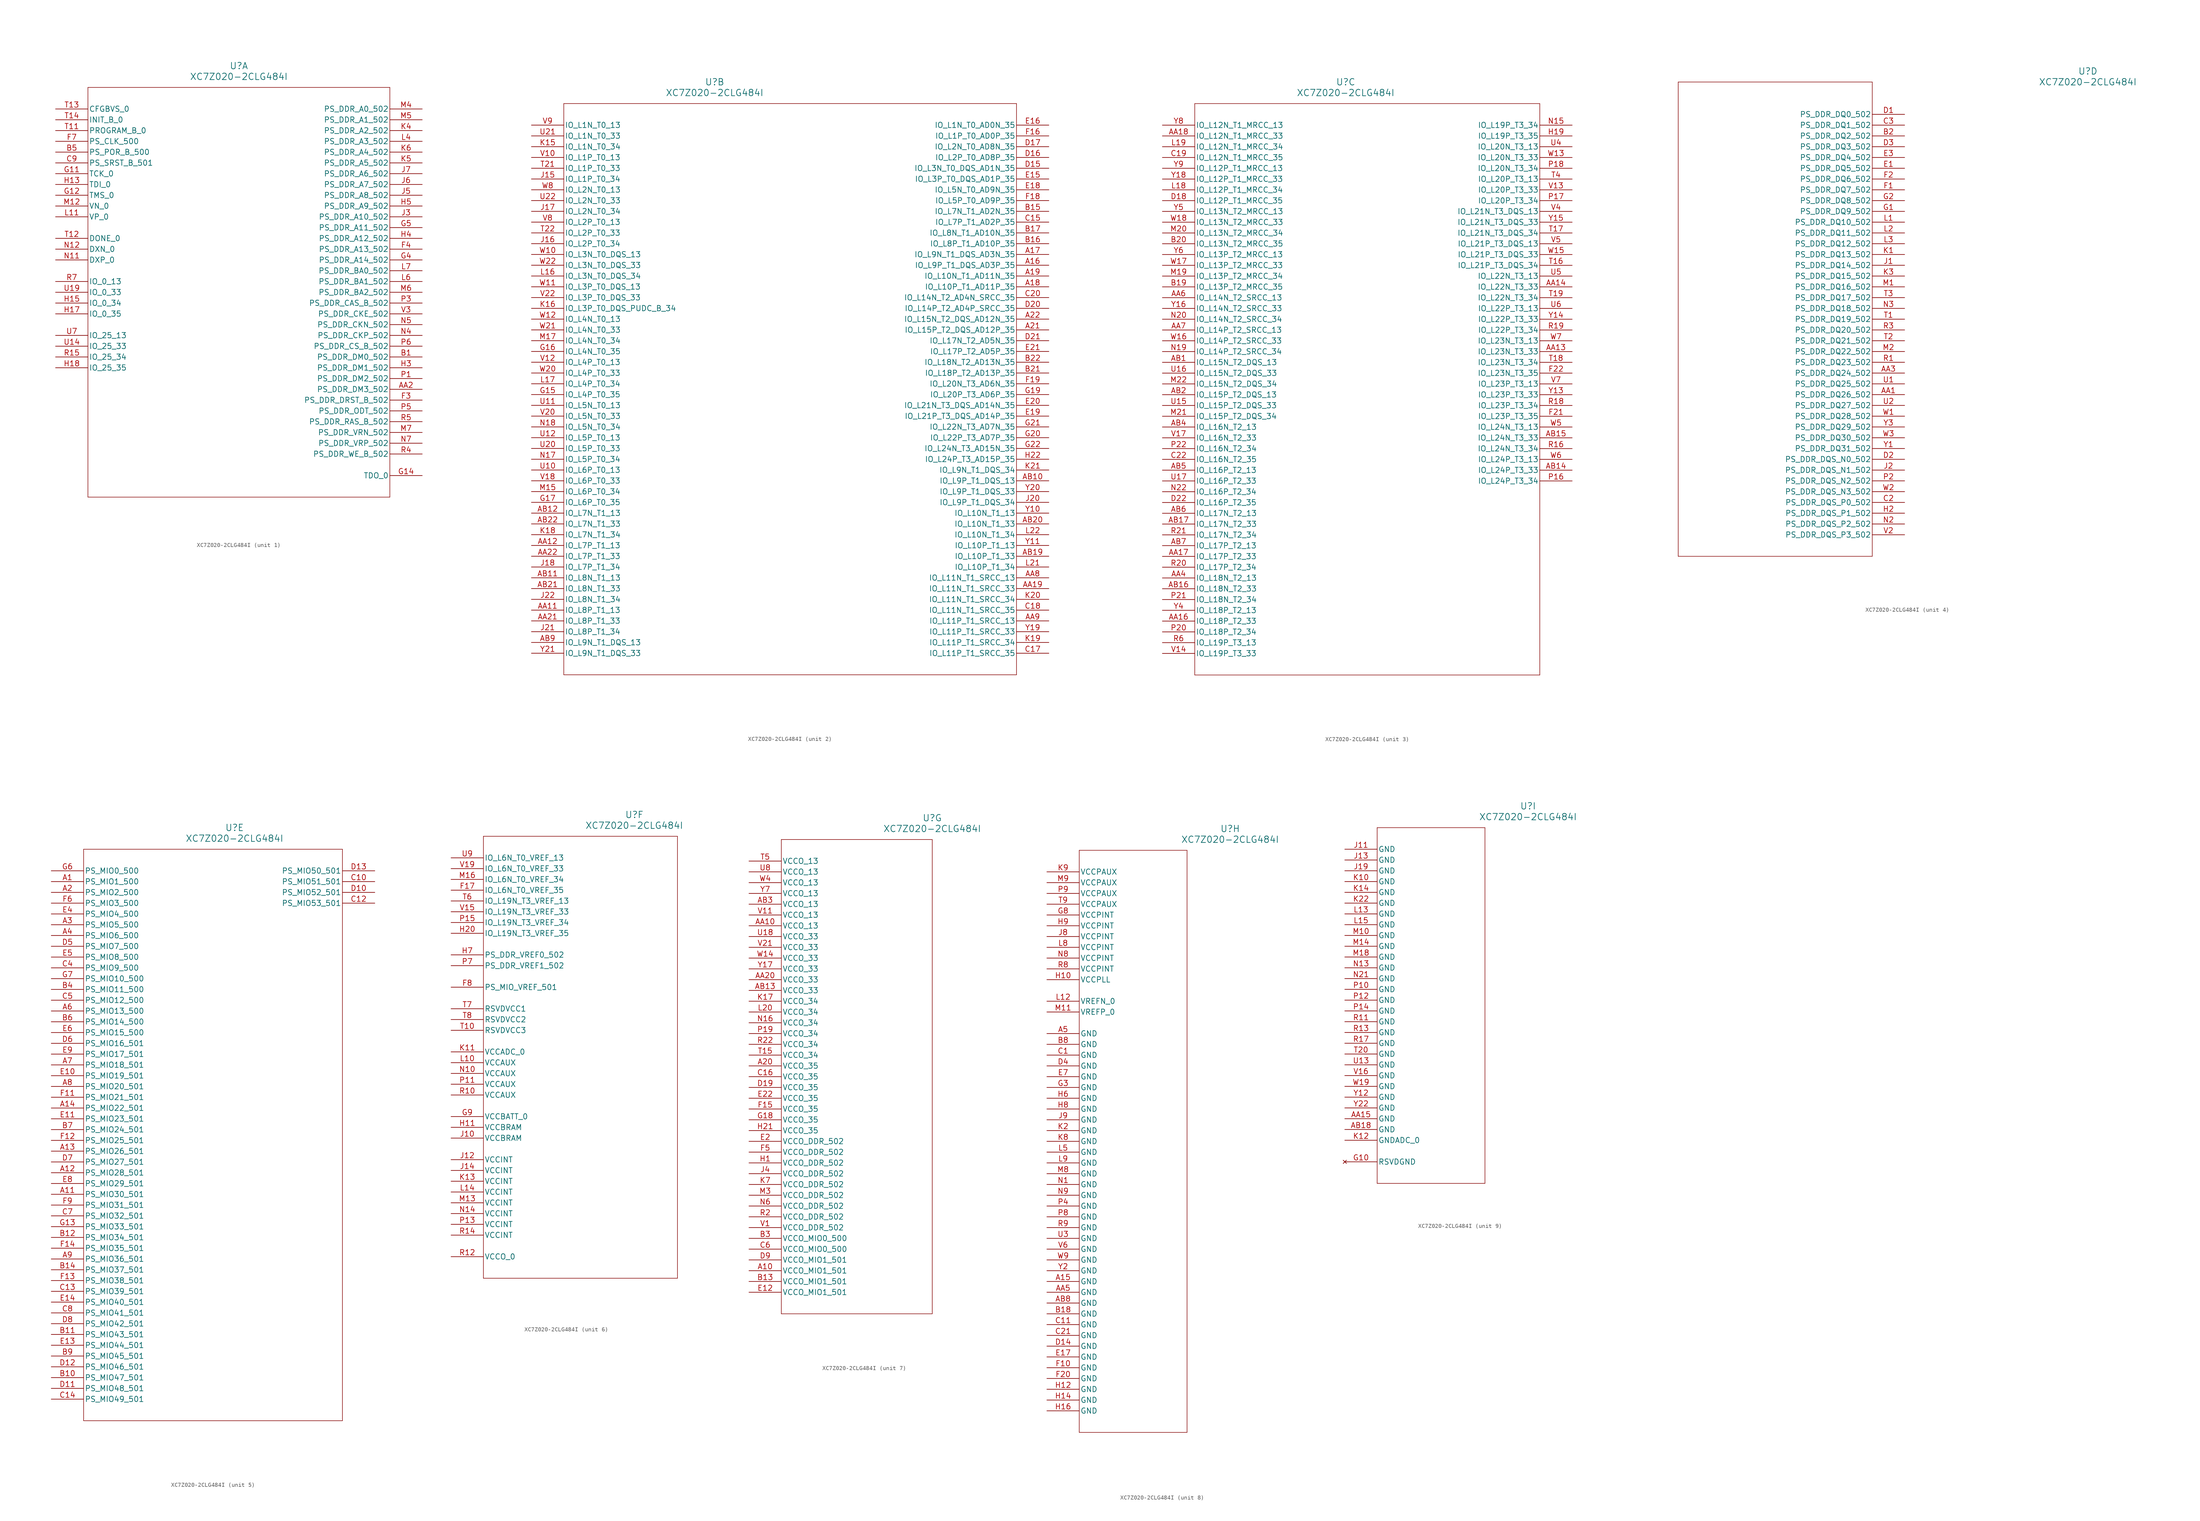
<source format=kicad_sym>
(kicad_symbol_lib
  (version 20211014)
  (generator kicad_symbol_editor)
  (symbol "XC7Z020-2CLG484I"
    (pin_names
      (offset 0.254))
    (property "Reference" "U"
      (at 43.18 10.16 0)
      (effects (font (size 1.524 1.524))))
    (property "Value" "XC7Z020-2CLG484I"
      (at 43.18 7.62 0)
      (effects (font (size 1.524 1.524))))
    (symbol "XC7Z020-2CLG484I_1_1"
      (polyline (pts (xy 7.62 5.08) (xy 7.62 -91.44)) (stroke (width 0.127) (type default) (color 0 0 0 0)) (fill (type none)))
      (polyline (pts (xy 7.62 -91.44) (xy 78.74 -91.44)) (stroke (width 0.127) (type default) (color 0 0 0 0)) (fill (type none)))
      (polyline (pts (xy 78.74 -91.44) (xy 78.74 5.08)) (stroke (width 0.127) (type default) (color 0 0 0 0)) (fill (type none)))
      (polyline (pts (xy 78.74 5.08) (xy 7.62 5.08)) (stroke (width 0.127) (type default) (color 0 0 0 0)) (fill (type none)))
      (pin output line (at 86.36 -58.42 180) (length 7.62) (name "PS_DDR_DM0_502" (effects (font (size 1.27 1.27)))) (number "B1" (effects (font (size 1.27 1.27)))))
      (pin input line (at 0 -10.16 0) (length 7.62) (name "PS_POR_B_500" (effects (font (size 1.27 1.27)))) (number "B5" (effects (font (size 1.27 1.27)))))
      (pin input line (at 0 -12.7 0) (length 7.62) (name "PS_SRST_B_501" (effects (font (size 1.27 1.27)))) (number "C9" (effects (font (size 1.27 1.27)))))
      (pin output line (at 86.36 -68.58 180) (length 7.62) (name "PS_DDR_DRST_B_502" (effects (font (size 1.27 1.27)))) (number "F3" (effects (font (size 1.27 1.27)))))
      (pin output line (at 86.36 -33.02 180) (length 7.62) (name "PS_DDR_A13_502" (effects (font (size 1.27 1.27)))) (number "F4" (effects (font (size 1.27 1.27)))))
      (pin input line (at 0 -7.62 0) (length 7.62) (name "PS_CLK_500" (effects (font (size 1.27 1.27)))) (number "F7" (effects (font (size 1.27 1.27)))))
      (pin output line (at 86.36 -35.56 180) (length 7.62) (name "PS_DDR_A14_502" (effects (font (size 1.27 1.27)))) (number "G4" (effects (font (size 1.27 1.27)))))
      (pin output line (at 86.36 -27.94 180) (length 7.62) (name "PS_DDR_A11_502" (effects (font (size 1.27 1.27)))) (number "G5" (effects (font (size 1.27 1.27)))))
      (pin output line (at 86.36 -60.96 180) (length 7.62) (name "PS_DDR_DM1_502" (effects (font (size 1.27 1.27)))) (number "H3" (effects (font (size 1.27 1.27)))))
      (pin output line (at 86.36 -30.48 180) (length 7.62) (name "PS_DDR_A12_502" (effects (font (size 1.27 1.27)))) (number "H4" (effects (font (size 1.27 1.27)))))
      (pin output line (at 86.36 -22.86 180) (length 7.62) (name "PS_DDR_A9_502" (effects (font (size 1.27 1.27)))) (number "H5" (effects (font (size 1.27 1.27)))))
      (pin output line (at 86.36 -25.4 180) (length 7.62) (name "PS_DDR_A10_502" (effects (font (size 1.27 1.27)))) (number "J3" (effects (font (size 1.27 1.27)))))
      (pin output line (at 86.36 -20.32 180) (length 7.62) (name "PS_DDR_A8_502" (effects (font (size 1.27 1.27)))) (number "J5" (effects (font (size 1.27 1.27)))))
      (pin output line (at 86.36 -17.78 180) (length 7.62) (name "PS_DDR_A7_502" (effects (font (size 1.27 1.27)))) (number "J6" (effects (font (size 1.27 1.27)))))
      (pin output line (at 86.36 -15.24 180) (length 7.62) (name "PS_DDR_A6_502" (effects (font (size 1.27 1.27)))) (number "J7" (effects (font (size 1.27 1.27)))))
      (pin output line (at 86.36 -5.08 180) (length 7.62) (name "PS_DDR_A2_502" (effects (font (size 1.27 1.27)))) (number "K4" (effects (font (size 1.27 1.27)))))
      (pin output line (at 86.36 -12.7 180) (length 7.62) (name "PS_DDR_A5_502" (effects (font (size 1.27 1.27)))) (number "K5" (effects (font (size 1.27 1.27)))))
      (pin output line (at 86.36 -10.16 180) (length 7.62) (name "PS_DDR_A4_502" (effects (font (size 1.27 1.27)))) (number "K6" (effects (font (size 1.27 1.27)))))
      (pin output line (at 86.36 -7.62 180) (length 7.62) (name "PS_DDR_A3_502" (effects (font (size 1.27 1.27)))) (number "L4" (effects (font (size 1.27 1.27)))))
      (pin output line (at 86.36 -40.64 180) (length 7.62) (name "PS_DDR_BA1_502" (effects (font (size 1.27 1.27)))) (number "L6" (effects (font (size 1.27 1.27)))))
      (pin output line (at 86.36 -38.1 180) (length 7.62) (name "PS_DDR_BA0_502" (effects (font (size 1.27 1.27)))) (number "L7" (effects (font (size 1.27 1.27)))))
      (pin output line (at 86.36 0 180) (length 7.62) (name "PS_DDR_A0_502" (effects (font (size 1.27 1.27)))) (number "M4" (effects (font (size 1.27 1.27)))))
      (pin output line (at 86.36 -2.54 180) (length 7.62) (name "PS_DDR_A1_502" (effects (font (size 1.27 1.27)))) (number "M5" (effects (font (size 1.27 1.27)))))
      (pin output line (at 86.36 -43.18 180) (length 7.62) (name "PS_DDR_BA2_502" (effects (font (size 1.27 1.27)))) (number "M6" (effects (font (size 1.27 1.27)))))
      (pin output line (at 86.36 -76.2 180) (length 7.62) (name "PS_DDR_VRN_502" (effects (font (size 1.27 1.27)))) (number "M7" (effects (font (size 1.27 1.27)))))
      (pin output line (at 86.36 -53.34 180) (length 7.62) (name "PS_DDR_CKP_502" (effects (font (size 1.27 1.27)))) (number "N4" (effects (font (size 1.27 1.27)))))
      (pin output line (at 86.36 -50.8 180) (length 7.62) (name "PS_DDR_CKN_502" (effects (font (size 1.27 1.27)))) (number "N5" (effects (font (size 1.27 1.27)))))
      (pin output line (at 86.36 -78.74 180) (length 7.62) (name "PS_DDR_VRP_502" (effects (font (size 1.27 1.27)))) (number "N7" (effects (font (size 1.27 1.27)))))
      (pin output line (at 86.36 -63.5 180) (length 7.62) (name "PS_DDR_DM2_502" (effects (font (size 1.27 1.27)))) (number "P1" (effects (font (size 1.27 1.27)))))
      (pin output line (at 86.36 -45.72 180) (length 7.62) (name "PS_DDR_CAS_B_502" (effects (font (size 1.27 1.27)))) (number "P3" (effects (font (size 1.27 1.27)))))
      (pin output line (at 86.36 -71.12 180) (length 7.62) (name "PS_DDR_ODT_502" (effects (font (size 1.27 1.27)))) (number "P5" (effects (font (size 1.27 1.27)))))
      (pin output line (at 86.36 -55.88 180) (length 7.62) (name "PS_DDR_CS_B_502" (effects (font (size 1.27 1.27)))) (number "P6" (effects (font (size 1.27 1.27)))))
      (pin output line (at 86.36 -81.28 180) (length 7.62) (name "PS_DDR_WE_B_502" (effects (font (size 1.27 1.27)))) (number "R4" (effects (font (size 1.27 1.27)))))
      (pin output line (at 86.36 -73.66 180) (length 7.62) (name "PS_DDR_RAS_B_502" (effects (font (size 1.27 1.27)))) (number "R5" (effects (font (size 1.27 1.27)))))
      (pin bidirectional line (at 0 -40.64 0) (length 7.62) (name "IO_0_13" (effects (font (size 1.27 1.27)))) (number "R7" (effects (font (size 1.27 1.27)))))
      (pin bidirectional line (at 0 -53.34 0) (length 7.62) (name "IO_25_13" (effects (font (size 1.27 1.27)))) (number "U7" (effects (font (size 1.27 1.27)))))
      (pin output line (at 86.36 -48.26 180) (length 7.62) (name "PS_DDR_CKE_502" (effects (font (size 1.27 1.27)))) (number "V3" (effects (font (size 1.27 1.27)))))
      (pin output line (at 86.36 -66.04 180) (length 7.62) (name "PS_DDR_DM3_502" (effects (font (size 1.27 1.27)))) (number "AA2" (effects (font (size 1.27 1.27)))))
      (pin input line (at 0 -15.24 0) (length 7.62) (name "TCK_0" (effects (font (size 1.27 1.27)))) (number "G11" (effects (font (size 1.27 1.27)))))
      (pin input line (at 0 -20.32 0) (length 7.62) (name "TMS_0" (effects (font (size 1.27 1.27)))) (number "G12" (effects (font (size 1.27 1.27)))))
      (pin output line (at 86.36 -86.36 180) (length 7.62) (name "TDO_0" (effects (font (size 1.27 1.27)))) (number "G14" (effects (font (size 1.27 1.27)))))
      (pin input line (at 0 -17.78 0) (length 7.62) (name "TDI_0" (effects (font (size 1.27 1.27)))) (number "H13" (effects (font (size 1.27 1.27)))))
      (pin bidirectional line (at 0 -45.72 0) (length 7.62) (name "IO_0_34" (effects (font (size 1.27 1.27)))) (number "H15" (effects (font (size 1.27 1.27)))))
      (pin bidirectional line (at 0 -48.26 0) (length 7.62) (name "IO_0_35" (effects (font (size 1.27 1.27)))) (number "H17" (effects (font (size 1.27 1.27)))))
      (pin bidirectional line (at 0 -60.96 0) (length 7.62) (name "IO_25_35" (effects (font (size 1.27 1.27)))) (number "H18" (effects (font (size 1.27 1.27)))))
      (pin input line (at 0 -25.4 0) (length 7.62) (name "VP_0" (effects (font (size 1.27 1.27)))) (number "L11" (effects (font (size 1.27 1.27)))))
      (pin input line (at 0 -22.86 0) (length 7.62) (name "VN_0" (effects (font (size 1.27 1.27)))) (number "M12" (effects (font (size 1.27 1.27)))))
      (pin unspecified line (at 0 -35.56 0) (length 7.62) (name "DXP_0" (effects (font (size 1.27 1.27)))) (number "N11" (effects (font (size 1.27 1.27)))))
      (pin unspecified line (at 0 -33.02 0) (length 7.62) (name "DXN_0" (effects (font (size 1.27 1.27)))) (number "N12" (effects (font (size 1.27 1.27)))))
      (pin bidirectional line (at 0 -58.42 0) (length 7.62) (name "IO_25_34" (effects (font (size 1.27 1.27)))) (number "R15" (effects (font (size 1.27 1.27)))))
      (pin input line (at 0 -5.08 0) (length 7.62) (name "PROGRAM_B_0" (effects (font (size 1.27 1.27)))) (number "T11" (effects (font (size 1.27 1.27)))))
      (pin bidirectional line (at 0 -30.48 0) (length 7.62) (name "DONE_0" (effects (font (size 1.27 1.27)))) (number "T12" (effects (font (size 1.27 1.27)))))
      (pin input line (at 0 0 0) (length 7.62) (name "CFGBVS_0" (effects (font (size 1.27 1.27)))) (number "T13" (effects (font (size 1.27 1.27)))))
      (pin bidirectional line (at 0 -2.54 0) (length 7.62) (name "INIT_B_0" (effects (font (size 1.27 1.27)))) (number "T14" (effects (font (size 1.27 1.27)))))
      (pin bidirectional line (at 0 -55.88 0) (length 7.62) (name "IO_25_33" (effects (font (size 1.27 1.27)))) (number "U14" (effects (font (size 1.27 1.27)))))
      (pin bidirectional line (at 0 -43.18 0) (length 7.62) (name "IO_0_33" (effects (font (size 1.27 1.27)))) (number "U19" (effects (font (size 1.27 1.27))))))
    (symbol "XC7Z020-2CLG484I_2_1"
      (polyline (pts (xy 7.62 5.08) (xy 7.62 -129.54)) (stroke (width 0.127) (type default) (color 0 0 0 0)) (fill (type none)))
      (polyline (pts (xy 7.62 -129.54) (xy 114.3 -129.54)) (stroke (width 0.127) (type default) (color 0 0 0 0)) (fill (type none)))
      (polyline (pts (xy 114.3 -129.54) (xy 114.3 5.08)) (stroke (width 0.127) (type default) (color 0 0 0 0)) (fill (type none)))
      (polyline (pts (xy 114.3 5.08) (xy 7.62 5.08)) (stroke (width 0.127) (type default) (color 0 0 0 0)) (fill (type none)))
      (pin bidirectional line (at 0 -22.86 0) (length 7.62) (name "IO_L2P_T0_13" (effects (font (size 1.27 1.27)))) (number "V8" (effects (font (size 1.27 1.27)))))
      (pin bidirectional line (at 0 0 0) (length 7.62) (name "IO_L1N_T0_13" (effects (font (size 1.27 1.27)))) (number "V9" (effects (font (size 1.27 1.27)))))
      (pin bidirectional line (at 0 -15.24 0) (length 7.62) (name "IO_L2N_T0_13" (effects (font (size 1.27 1.27)))) (number "W8" (effects (font (size 1.27 1.27)))))
      (pin bidirectional line (at 121.92 -33.02 180) (length 7.62) (name "IO_L9P_T1_DQS_AD3P_35" (effects (font (size 1.27 1.27)))) (number "A16" (effects (font (size 1.27 1.27)))))
      (pin bidirectional line (at 121.92 -30.48 180) (length 7.62) (name "IO_L9N_T1_DQS_AD3N_35" (effects (font (size 1.27 1.27)))) (number "A17" (effects (font (size 1.27 1.27)))))
      (pin bidirectional line (at 121.92 -38.1 180) (length 7.62) (name "IO_L10P_T1_AD11P_35" (effects (font (size 1.27 1.27)))) (number "A18" (effects (font (size 1.27 1.27)))))
      (pin bidirectional line (at 121.92 -35.56 180) (length 7.62) (name "IO_L10N_T1_AD11N_35" (effects (font (size 1.27 1.27)))) (number "A19" (effects (font (size 1.27 1.27)))))
      (pin bidirectional line (at 121.92 -48.26 180) (length 7.62) (name "IO_L15P_T2_DQS_AD12P_35" (effects (font (size 1.27 1.27)))) (number "A21" (effects (font (size 1.27 1.27)))))
      (pin bidirectional line (at 121.92 -45.72 180) (length 7.62) (name "IO_L15N_T2_DQS_AD12N_35" (effects (font (size 1.27 1.27)))) (number "A22" (effects (font (size 1.27 1.27)))))
      (pin bidirectional line (at 121.92 -106.68 180) (length 7.62) (name "IO_L11N_T1_SRCC_13" (effects (font (size 1.27 1.27)))) (number "AA8" (effects (font (size 1.27 1.27)))))
      (pin bidirectional line (at 121.92 -116.84 180) (length 7.62) (name "IO_L11P_T1_SRCC_13" (effects (font (size 1.27 1.27)))) (number "AA9" (effects (font (size 1.27 1.27)))))
      (pin bidirectional line (at 0 -121.92 0) (length 7.62) (name "IO_L9N_T1_DQS_13" (effects (font (size 1.27 1.27)))) (number "AB9" (effects (font (size 1.27 1.27)))))
      (pin bidirectional line (at 121.92 -20.32 180) (length 7.62) (name "IO_L7N_T1_AD2N_35" (effects (font (size 1.27 1.27)))) (number "B15" (effects (font (size 1.27 1.27)))))
      (pin bidirectional line (at 121.92 -27.94 180) (length 7.62) (name "IO_L8P_T1_AD10P_35" (effects (font (size 1.27 1.27)))) (number "B16" (effects (font (size 1.27 1.27)))))
      (pin bidirectional line (at 121.92 -25.4 180) (length 7.62) (name "IO_L8N_T1_AD10N_35" (effects (font (size 1.27 1.27)))) (number "B17" (effects (font (size 1.27 1.27)))))
      (pin bidirectional line (at 121.92 -58.42 180) (length 7.62) (name "IO_L18P_T2_AD13P_35" (effects (font (size 1.27 1.27)))) (number "B21" (effects (font (size 1.27 1.27)))))
      (pin bidirectional line (at 121.92 -55.88 180) (length 7.62) (name "IO_L18N_T2_AD13N_35" (effects (font (size 1.27 1.27)))) (number "B22" (effects (font (size 1.27 1.27)))))
      (pin bidirectional line (at 121.92 -22.86 180) (length 7.62) (name "IO_L7P_T1_AD2P_35" (effects (font (size 1.27 1.27)))) (number "C15" (effects (font (size 1.27 1.27)))))
      (pin bidirectional line (at 121.92 -124.46 180) (length 7.62) (name "IO_L11P_T1_SRCC_35" (effects (font (size 1.27 1.27)))) (number "C17" (effects (font (size 1.27 1.27)))))
      (pin bidirectional line (at 121.92 -114.3 180) (length 7.62) (name "IO_L11N_T1_SRCC_35" (effects (font (size 1.27 1.27)))) (number "C18" (effects (font (size 1.27 1.27)))))
      (pin bidirectional line (at 121.92 -40.64 180) (length 7.62) (name "IO_L14N_T2_AD4N_SRCC_35" (effects (font (size 1.27 1.27)))) (number "C20" (effects (font (size 1.27 1.27)))))
      (pin bidirectional line (at 121.92 -10.16 180) (length 7.62) (name "IO_L3N_T0_DQS_AD1N_35" (effects (font (size 1.27 1.27)))) (number "D15" (effects (font (size 1.27 1.27)))))
      (pin bidirectional line (at 121.92 -7.62 180) (length 7.62) (name "IO_L2P_T0_AD8P_35" (effects (font (size 1.27 1.27)))) (number "D16" (effects (font (size 1.27 1.27)))))
      (pin bidirectional line (at 121.92 -5.08 180) (length 7.62) (name "IO_L2N_T0_AD8N_35" (effects (font (size 1.27 1.27)))) (number "D17" (effects (font (size 1.27 1.27)))))
      (pin bidirectional line (at 121.92 -43.18 180) (length 7.62) (name "IO_L14P_T2_AD4P_SRCC_35" (effects (font (size 1.27 1.27)))) (number "D20" (effects (font (size 1.27 1.27)))))
      (pin bidirectional line (at 121.92 -50.8 180) (length 7.62) (name "IO_L17N_T2_AD5N_35" (effects (font (size 1.27 1.27)))) (number "D21" (effects (font (size 1.27 1.27)))))
      (pin bidirectional line (at 121.92 -12.7 180) (length 7.62) (name "IO_L3P_T0_DQS_AD1P_35" (effects (font (size 1.27 1.27)))) (number "E15" (effects (font (size 1.27 1.27)))))
      (pin bidirectional line (at 121.92 0 180) (length 7.62) (name "IO_L1N_T0_AD0N_35" (effects (font (size 1.27 1.27)))) (number "E16" (effects (font (size 1.27 1.27)))))
      (pin bidirectional line (at 121.92 -15.24 180) (length 7.62) (name "IO_L5N_T0_AD9N_35" (effects (font (size 1.27 1.27)))) (number "E18" (effects (font (size 1.27 1.27)))))
      (pin bidirectional line (at 121.92 -68.58 180) (length 7.62) (name "IO_L21P_T3_DQS_AD14P_35" (effects (font (size 1.27 1.27)))) (number "E19" (effects (font (size 1.27 1.27)))))
      (pin bidirectional line (at 121.92 -66.04 180) (length 7.62) (name "IO_L21N_T3_DQS_AD14N_35" (effects (font (size 1.27 1.27)))) (number "E20" (effects (font (size 1.27 1.27)))))
      (pin bidirectional line (at 121.92 -53.34 180) (length 7.62) (name "IO_L17P_T2_AD5P_35" (effects (font (size 1.27 1.27)))) (number "E21" (effects (font (size 1.27 1.27)))))
      (pin bidirectional line (at 121.92 -2.54 180) (length 7.62) (name "IO_L1P_T0_AD0P_35" (effects (font (size 1.27 1.27)))) (number "F16" (effects (font (size 1.27 1.27)))))
      (pin bidirectional line (at 121.92 -17.78 180) (length 7.62) (name "IO_L5P_T0_AD9P_35" (effects (font (size 1.27 1.27)))) (number "F18" (effects (font (size 1.27 1.27)))))
      (pin bidirectional line (at 121.92 -60.96 180) (length 7.62) (name "IO_L20N_T3_AD6N_35" (effects (font (size 1.27 1.27)))) (number "F19" (effects (font (size 1.27 1.27)))))
      (pin bidirectional line (at 0 -63.5 0) (length 7.62) (name "IO_L4P_T0_35" (effects (font (size 1.27 1.27)))) (number "G15" (effects (font (size 1.27 1.27)))))
      (pin bidirectional line (at 0 -53.34 0) (length 7.62) (name "IO_L4N_T0_35" (effects (font (size 1.27 1.27)))) (number "G16" (effects (font (size 1.27 1.27)))))
      (pin bidirectional line (at 0 -88.9 0) (length 7.62) (name "IO_L6P_T0_35" (effects (font (size 1.27 1.27)))) (number "G17" (effects (font (size 1.27 1.27)))))
      (pin bidirectional line (at 121.92 -63.5 180) (length 7.62) (name "IO_L20P_T3_AD6P_35" (effects (font (size 1.27 1.27)))) (number "G19" (effects (font (size 1.27 1.27)))))
      (pin bidirectional line (at 121.92 -73.66 180) (length 7.62) (name "IO_L22P_T3_AD7P_35" (effects (font (size 1.27 1.27)))) (number "G20" (effects (font (size 1.27 1.27)))))
      (pin bidirectional line (at 121.92 -71.12 180) (length 7.62) (name "IO_L22N_T3_AD7N_35" (effects (font (size 1.27 1.27)))) (number "G21" (effects (font (size 1.27 1.27)))))
      (pin bidirectional line (at 121.92 -76.2 180) (length 7.62) (name "IO_L24N_T3_AD15N_35" (effects (font (size 1.27 1.27)))) (number "G22" (effects (font (size 1.27 1.27)))))
      (pin bidirectional line (at 121.92 -78.74 180) (length 7.62) (name "IO_L24P_T3_AD15P_35" (effects (font (size 1.27 1.27)))) (number "H22" (effects (font (size 1.27 1.27)))))
      (pin bidirectional line (at 0 -12.7 0) (length 7.62) (name "IO_L1P_T0_34" (effects (font (size 1.27 1.27)))) (number "J15" (effects (font (size 1.27 1.27)))))
      (pin bidirectional line (at 0 -27.94 0) (length 7.62) (name "IO_L2P_T0_34" (effects (font (size 1.27 1.27)))) (number "J16" (effects (font (size 1.27 1.27)))))
      (pin bidirectional line (at 0 -20.32 0) (length 7.62) (name "IO_L2N_T0_34" (effects (font (size 1.27 1.27)))) (number "J17" (effects (font (size 1.27 1.27)))))
      (pin bidirectional line (at 0 -104.14 0) (length 7.62) (name "IO_L7P_T1_34" (effects (font (size 1.27 1.27)))) (number "J18" (effects (font (size 1.27 1.27)))))
      (pin bidirectional line (at 121.92 -88.9 180) (length 7.62) (name "IO_L9P_T1_DQS_34" (effects (font (size 1.27 1.27)))) (number "J20" (effects (font (size 1.27 1.27)))))
      (pin bidirectional line (at 0 -119.38 0) (length 7.62) (name "IO_L8P_T1_34" (effects (font (size 1.27 1.27)))) (number "J21" (effects (font (size 1.27 1.27)))))
      (pin bidirectional line (at 0 -111.76 0) (length 7.62) (name "IO_L8N_T1_34" (effects (font (size 1.27 1.27)))) (number "J22" (effects (font (size 1.27 1.27)))))
      (pin bidirectional line (at 0 -5.08 0) (length 7.62) (name "IO_L1N_T0_34" (effects (font (size 1.27 1.27)))) (number "K15" (effects (font (size 1.27 1.27)))))
      (pin bidirectional line (at 0 -43.18 0) (length 7.62) (name "IO_L3P_T0_DQS_PUDC_B_34" (effects (font (size 1.27 1.27)))) (number "K16" (effects (font (size 1.27 1.27)))))
      (pin bidirectional line (at 0 -96.52 0) (length 7.62) (name "IO_L7N_T1_34" (effects (font (size 1.27 1.27)))) (number "K18" (effects (font (size 1.27 1.27)))))
      (pin bidirectional line (at 121.92 -121.92 180) (length 7.62) (name "IO_L11P_T1_SRCC_34" (effects (font (size 1.27 1.27)))) (number "K19" (effects (font (size 1.27 1.27)))))
      (pin bidirectional line (at 121.92 -111.76 180) (length 7.62) (name "IO_L11N_T1_SRCC_34" (effects (font (size 1.27 1.27)))) (number "K20" (effects (font (size 1.27 1.27)))))
      (pin bidirectional line (at 121.92 -81.28 180) (length 7.62) (name "IO_L9N_T1_DQS_34" (effects (font (size 1.27 1.27)))) (number "K21" (effects (font (size 1.27 1.27)))))
      (pin bidirectional line (at 0 -35.56 0) (length 7.62) (name "IO_L3N_T0_DQS_34" (effects (font (size 1.27 1.27)))) (number "L16" (effects (font (size 1.27 1.27)))))
      (pin bidirectional line (at 0 -60.96 0) (length 7.62) (name "IO_L4P_T0_34" (effects (font (size 1.27 1.27)))) (number "L17" (effects (font (size 1.27 1.27)))))
      (pin bidirectional line (at 121.92 -104.14 180) (length 7.62) (name "IO_L10P_T1_34" (effects (font (size 1.27 1.27)))) (number "L21" (effects (font (size 1.27 1.27)))))
      (pin bidirectional line (at 121.92 -96.52 180) (length 7.62) (name "IO_L10N_T1_34" (effects (font (size 1.27 1.27)))) (number "L22" (effects (font (size 1.27 1.27)))))
      (pin bidirectional line (at 0 -86.36 0) (length 7.62) (name "IO_L6P_T0_34" (effects (font (size 1.27 1.27)))) (number "M15" (effects (font (size 1.27 1.27)))))
      (pin bidirectional line (at 0 -50.8 0) (length 7.62) (name "IO_L4N_T0_34" (effects (font (size 1.27 1.27)))) (number "M17" (effects (font (size 1.27 1.27)))))
      (pin bidirectional line (at 0 -78.74 0) (length 7.62) (name "IO_L5P_T0_34" (effects (font (size 1.27 1.27)))) (number "N17" (effects (font (size 1.27 1.27)))))
      (pin bidirectional line (at 0 -71.12 0) (length 7.62) (name "IO_L5N_T0_34" (effects (font (size 1.27 1.27)))) (number "N18" (effects (font (size 1.27 1.27)))))
      (pin bidirectional line (at 0 -10.16 0) (length 7.62) (name "IO_L1P_T0_33" (effects (font (size 1.27 1.27)))) (number "T21" (effects (font (size 1.27 1.27)))))
      (pin bidirectional line (at 0 -25.4 0) (length 7.62) (name "IO_L2P_T0_33" (effects (font (size 1.27 1.27)))) (number "T22" (effects (font (size 1.27 1.27)))))
      (pin bidirectional line (at 0 -81.28 0) (length 7.62) (name "IO_L6P_T0_13" (effects (font (size 1.27 1.27)))) (number "U10" (effects (font (size 1.27 1.27)))))
      (pin bidirectional line (at 0 -66.04 0) (length 7.62) (name "IO_L5N_T0_13" (effects (font (size 1.27 1.27)))) (number "U11" (effects (font (size 1.27 1.27)))))
      (pin bidirectional line (at 0 -73.66 0) (length 7.62) (name "IO_L5P_T0_13" (effects (font (size 1.27 1.27)))) (number "U12" (effects (font (size 1.27 1.27)))))
      (pin bidirectional line (at 0 -76.2 0) (length 7.62) (name "IO_L5P_T0_33" (effects (font (size 1.27 1.27)))) (number "U20" (effects (font (size 1.27 1.27)))))
      (pin bidirectional line (at 0 -2.54 0) (length 7.62) (name "IO_L1N_T0_33" (effects (font (size 1.27 1.27)))) (number "U21" (effects (font (size 1.27 1.27)))))
      (pin bidirectional line (at 0 -17.78 0) (length 7.62) (name "IO_L2N_T0_33" (effects (font (size 1.27 1.27)))) (number "U22" (effects (font (size 1.27 1.27)))))
      (pin bidirectional line (at 0 -7.62 0) (length 7.62) (name "IO_L1P_T0_13" (effects (font (size 1.27 1.27)))) (number "V10" (effects (font (size 1.27 1.27)))))
      (pin bidirectional line (at 0 -55.88 0) (length 7.62) (name "IO_L4P_T0_13" (effects (font (size 1.27 1.27)))) (number "V12" (effects (font (size 1.27 1.27)))))
      (pin bidirectional line (at 0 -83.82 0) (length 7.62) (name "IO_L6P_T0_33" (effects (font (size 1.27 1.27)))) (number "V18" (effects (font (size 1.27 1.27)))))
      (pin bidirectional line (at 0 -68.58 0) (length 7.62) (name "IO_L5N_T0_33" (effects (font (size 1.27 1.27)))) (number "V20" (effects (font (size 1.27 1.27)))))
      (pin bidirectional line (at 0 -40.64 0) (length 7.62) (name "IO_L3P_T0_DQS_33" (effects (font (size 1.27 1.27)))) (number "V22" (effects (font (size 1.27 1.27)))))
      (pin bidirectional line (at 0 -30.48 0) (length 7.62) (name "IO_L3N_T0_DQS_13" (effects (font (size 1.27 1.27)))) (number "W10" (effects (font (size 1.27 1.27)))))
      (pin bidirectional line (at 0 -38.1 0) (length 7.62) (name "IO_L3P_T0_DQS_13" (effects (font (size 1.27 1.27)))) (number "W11" (effects (font (size 1.27 1.27)))))
      (pin bidirectional line (at 0 -45.72 0) (length 7.62) (name "IO_L4N_T0_13" (effects (font (size 1.27 1.27)))) (number "W12" (effects (font (size 1.27 1.27)))))
      (pin bidirectional line (at 0 -58.42 0) (length 7.62) (name "IO_L4P_T0_33" (effects (font (size 1.27 1.27)))) (number "W20" (effects (font (size 1.27 1.27)))))
      (pin bidirectional line (at 0 -48.26 0) (length 7.62) (name "IO_L4N_T0_33" (effects (font (size 1.27 1.27)))) (number "W21" (effects (font (size 1.27 1.27)))))
      (pin bidirectional line (at 0 -33.02 0) (length 7.62) (name "IO_L3N_T0_DQS_33" (effects (font (size 1.27 1.27)))) (number "W22" (effects (font (size 1.27 1.27)))))
      (pin bidirectional line (at 121.92 -91.44 180) (length 7.62) (name "IO_L10N_T1_13" (effects (font (size 1.27 1.27)))) (number "Y10" (effects (font (size 1.27 1.27)))))
      (pin bidirectional line (at 121.92 -99.06 180) (length 7.62) (name "IO_L10P_T1_13" (effects (font (size 1.27 1.27)))) (number "Y11" (effects (font (size 1.27 1.27)))))
      (pin bidirectional line (at 121.92 -119.38 180) (length 7.62) (name "IO_L11P_T1_SRCC_33" (effects (font (size 1.27 1.27)))) (number "Y19" (effects (font (size 1.27 1.27)))))
      (pin bidirectional line (at 121.92 -86.36 180) (length 7.62) (name "IO_L9P_T1_DQS_33" (effects (font (size 1.27 1.27)))) (number "Y20" (effects (font (size 1.27 1.27)))))
      (pin bidirectional line (at 0 -124.46 0) (length 7.62) (name "IO_L9N_T1_DQS_33" (effects (font (size 1.27 1.27)))) (number "Y21" (effects (font (size 1.27 1.27)))))
      (pin bidirectional line (at 0 -114.3 0) (length 7.62) (name "IO_L8P_T1_13" (effects (font (size 1.27 1.27)))) (number "AA11" (effects (font (size 1.27 1.27)))))
      (pin bidirectional line (at 0 -99.06 0) (length 7.62) (name "IO_L7P_T1_13" (effects (font (size 1.27 1.27)))) (number "AA12" (effects (font (size 1.27 1.27)))))
      (pin bidirectional line (at 121.92 -109.22 180) (length 7.62) (name "IO_L11N_T1_SRCC_33" (effects (font (size 1.27 1.27)))) (number "AA19" (effects (font (size 1.27 1.27)))))
      (pin bidirectional line (at 0 -116.84 0) (length 7.62) (name "IO_L8P_T1_33" (effects (font (size 1.27 1.27)))) (number "AA21" (effects (font (size 1.27 1.27)))))
      (pin bidirectional line (at 0 -101.6 0) (length 7.62) (name "IO_L7P_T1_33" (effects (font (size 1.27 1.27)))) (number "AA22" (effects (font (size 1.27 1.27)))))
      (pin bidirectional line (at 121.92 -83.82 180) (length 7.62) (name "IO_L9P_T1_DQS_13" (effects (font (size 1.27 1.27)))) (number "AB10" (effects (font (size 1.27 1.27)))))
      (pin bidirectional line (at 0 -106.68 0) (length 7.62) (name "IO_L8N_T1_13" (effects (font (size 1.27 1.27)))) (number "AB11" (effects (font (size 1.27 1.27)))))
      (pin bidirectional line (at 0 -91.44 0) (length 7.62) (name "IO_L7N_T1_13" (effects (font (size 1.27 1.27)))) (number "AB12" (effects (font (size 1.27 1.27)))))
      (pin bidirectional line (at 121.92 -101.6 180) (length 7.62) (name "IO_L10P_T1_33" (effects (font (size 1.27 1.27)))) (number "AB19" (effects (font (size 1.27 1.27)))))
      (pin bidirectional line (at 121.92 -93.98 180) (length 7.62) (name "IO_L10N_T1_33" (effects (font (size 1.27 1.27)))) (number "AB20" (effects (font (size 1.27 1.27)))))
      (pin bidirectional line (at 0 -109.22 0) (length 7.62) (name "IO_L8N_T1_33" (effects (font (size 1.27 1.27)))) (number "AB21" (effects (font (size 1.27 1.27)))))
      (pin bidirectional line (at 0 -93.98 0) (length 7.62) (name "IO_L7N_T1_33" (effects (font (size 1.27 1.27)))) (number "AB22" (effects (font (size 1.27 1.27))))))
    (symbol "XC7Z020-2CLG484I_3_1"
      (polyline (pts (xy 7.62 5.08) (xy 7.62 -129.54)) (stroke (width 0.127) (type default) (color 0 0 0 0)) (fill (type none)))
      (polyline (pts (xy 7.62 -129.54) (xy 88.9 -129.54)) (stroke (width 0.127) (type default) (color 0 0 0 0)) (fill (type none)))
      (polyline (pts (xy 88.9 -129.54) (xy 88.9 5.08)) (stroke (width 0.127) (type default) (color 0 0 0 0)) (fill (type none)))
      (polyline (pts (xy 88.9 5.08) (xy 7.62 5.08)) (stroke (width 0.127) (type default) (color 0 0 0 0)) (fill (type none)))
      (pin bidirectional line (at 0 -121.92 0) (length 7.62) (name "IO_L19P_T3_13" (effects (font (size 1.27 1.27)))) (number "R6" (effects (font (size 1.27 1.27)))))
      (pin bidirectional line (at 96.52 -12.7 180) (length 7.62) (name "IO_L20P_T3_13" (effects (font (size 1.27 1.27)))) (number "T4" (effects (font (size 1.27 1.27)))))
      (pin bidirectional line (at 96.52 -5.08 180) (length 7.62) (name "IO_L20N_T3_13" (effects (font (size 1.27 1.27)))) (number "U4" (effects (font (size 1.27 1.27)))))
      (pin bidirectional line (at 96.52 -35.56 180) (length 7.62) (name "IO_L22N_T3_13" (effects (font (size 1.27 1.27)))) (number "U5" (effects (font (size 1.27 1.27)))))
      (pin bidirectional line (at 96.52 -43.18 180) (length 7.62) (name "IO_L22P_T3_13" (effects (font (size 1.27 1.27)))) (number "U6" (effects (font (size 1.27 1.27)))))
      (pin bidirectional line (at 96.52 -20.32 180) (length 7.62) (name "IO_L21N_T3_DQS_13" (effects (font (size 1.27 1.27)))) (number "V4" (effects (font (size 1.27 1.27)))))
      (pin bidirectional line (at 96.52 -27.94 180) (length 7.62) (name "IO_L21P_T3_DQS_13" (effects (font (size 1.27 1.27)))) (number "V5" (effects (font (size 1.27 1.27)))))
      (pin bidirectional line (at 96.52 -60.96 180) (length 7.62) (name "IO_L23P_T3_13" (effects (font (size 1.27 1.27)))) (number "V7" (effects (font (size 1.27 1.27)))))
      (pin bidirectional line (at 96.52 -71.12 180) (length 7.62) (name "IO_L24N_T3_13" (effects (font (size 1.27 1.27)))) (number "W5" (effects (font (size 1.27 1.27)))))
      (pin bidirectional line (at 96.52 -78.74 180) (length 7.62) (name "IO_L24P_T3_13" (effects (font (size 1.27 1.27)))) (number "W6" (effects (font (size 1.27 1.27)))))
      (pin bidirectional line (at 96.52 -50.8 180) (length 7.62) (name "IO_L23N_T3_13" (effects (font (size 1.27 1.27)))) (number "W7" (effects (font (size 1.27 1.27)))))
      (pin bidirectional line (at 0 -114.3 0) (length 7.62) (name "IO_L18P_T2_13" (effects (font (size 1.27 1.27)))) (number "Y4" (effects (font (size 1.27 1.27)))))
      (pin bidirectional line (at 0 -20.32 0) (length 7.62) (name "IO_L13N_T2_MRCC_13" (effects (font (size 1.27 1.27)))) (number "Y5" (effects (font (size 1.27 1.27)))))
      (pin bidirectional line (at 0 -30.48 0) (length 7.62) (name "IO_L13P_T2_MRCC_13" (effects (font (size 1.27 1.27)))) (number "Y6" (effects (font (size 1.27 1.27)))))
      (pin bidirectional line (at 0 0 0) (length 7.62) (name "IO_L12N_T1_MRCC_13" (effects (font (size 1.27 1.27)))) (number "Y8" (effects (font (size 1.27 1.27)))))
      (pin bidirectional line (at 0 -10.16 0) (length 7.62) (name "IO_L12P_T1_MRCC_13" (effects (font (size 1.27 1.27)))) (number "Y9" (effects (font (size 1.27 1.27)))))
      (pin bidirectional line (at 0 -106.68 0) (length 7.62) (name "IO_L18N_T2_13" (effects (font (size 1.27 1.27)))) (number "AA4" (effects (font (size 1.27 1.27)))))
      (pin bidirectional line (at 0 -40.64 0) (length 7.62) (name "IO_L14N_T2_SRCC_13" (effects (font (size 1.27 1.27)))) (number "AA6" (effects (font (size 1.27 1.27)))))
      (pin bidirectional line (at 0 -48.26 0) (length 7.62) (name "IO_L14P_T2_SRCC_13" (effects (font (size 1.27 1.27)))) (number "AA7" (effects (font (size 1.27 1.27)))))
      (pin bidirectional line (at 0 -55.88 0) (length 7.62) (name "IO_L15N_T2_DQS_13" (effects (font (size 1.27 1.27)))) (number "AB1" (effects (font (size 1.27 1.27)))))
      (pin bidirectional line (at 0 -63.5 0) (length 7.62) (name "IO_L15P_T2_DQS_13" (effects (font (size 1.27 1.27)))) (number "AB2" (effects (font (size 1.27 1.27)))))
      (pin bidirectional line (at 0 -71.12 0) (length 7.62) (name "IO_L16N_T2_13" (effects (font (size 1.27 1.27)))) (number "AB4" (effects (font (size 1.27 1.27)))))
      (pin bidirectional line (at 0 -81.28 0) (length 7.62) (name "IO_L16P_T2_13" (effects (font (size 1.27 1.27)))) (number "AB5" (effects (font (size 1.27 1.27)))))
      (pin bidirectional line (at 0 -91.44 0) (length 7.62) (name "IO_L17N_T2_13" (effects (font (size 1.27 1.27)))) (number "AB6" (effects (font (size 1.27 1.27)))))
      (pin bidirectional line (at 0 -99.06 0) (length 7.62) (name "IO_L17P_T2_13" (effects (font (size 1.27 1.27)))) (number "AB7" (effects (font (size 1.27 1.27)))))
      (pin bidirectional line (at 0 -38.1 0) (length 7.62) (name "IO_L13P_T2_MRCC_35" (effects (font (size 1.27 1.27)))) (number "B19" (effects (font (size 1.27 1.27)))))
      (pin bidirectional line (at 0 -27.94 0) (length 7.62) (name "IO_L13N_T2_MRCC_35" (effects (font (size 1.27 1.27)))) (number "B20" (effects (font (size 1.27 1.27)))))
      (pin bidirectional line (at 0 -7.62 0) (length 7.62) (name "IO_L12N_T1_MRCC_35" (effects (font (size 1.27 1.27)))) (number "C19" (effects (font (size 1.27 1.27)))))
      (pin bidirectional line (at 0 -78.74 0) (length 7.62) (name "IO_L16N_T2_35" (effects (font (size 1.27 1.27)))) (number "C22" (effects (font (size 1.27 1.27)))))
      (pin bidirectional line (at 0 -17.78 0) (length 7.62) (name "IO_L12P_T1_MRCC_35" (effects (font (size 1.27 1.27)))) (number "D18" (effects (font (size 1.27 1.27)))))
      (pin bidirectional line (at 0 -88.9 0) (length 7.62) (name "IO_L16P_T2_35" (effects (font (size 1.27 1.27)))) (number "D22" (effects (font (size 1.27 1.27)))))
      (pin bidirectional line (at 96.52 -68.58 180) (length 7.62) (name "IO_L23P_T3_35" (effects (font (size 1.27 1.27)))) (number "F21" (effects (font (size 1.27 1.27)))))
      (pin bidirectional line (at 96.52 -58.42 180) (length 7.62) (name "IO_L23N_T3_35" (effects (font (size 1.27 1.27)))) (number "F22" (effects (font (size 1.27 1.27)))))
      (pin bidirectional line (at 96.52 -2.54 180) (length 7.62) (name "IO_L19P_T3_35" (effects (font (size 1.27 1.27)))) (number "H19" (effects (font (size 1.27 1.27)))))
      (pin bidirectional line (at 0 -15.24 0) (length 7.62) (name "IO_L12P_T1_MRCC_34" (effects (font (size 1.27 1.27)))) (number "L18" (effects (font (size 1.27 1.27)))))
      (pin bidirectional line (at 0 -5.08 0) (length 7.62) (name "IO_L12N_T1_MRCC_34" (effects (font (size 1.27 1.27)))) (number "L19" (effects (font (size 1.27 1.27)))))
      (pin bidirectional line (at 0 -35.56 0) (length 7.62) (name "IO_L13P_T2_MRCC_34" (effects (font (size 1.27 1.27)))) (number "M19" (effects (font (size 1.27 1.27)))))
      (pin bidirectional line (at 0 -25.4 0) (length 7.62) (name "IO_L13N_T2_MRCC_34" (effects (font (size 1.27 1.27)))) (number "M20" (effects (font (size 1.27 1.27)))))
      (pin bidirectional line (at 0 -68.58 0) (length 7.62) (name "IO_L15P_T2_DQS_34" (effects (font (size 1.27 1.27)))) (number "M21" (effects (font (size 1.27 1.27)))))
      (pin bidirectional line (at 0 -60.96 0) (length 7.62) (name "IO_L15N_T2_DQS_34" (effects (font (size 1.27 1.27)))) (number "M22" (effects (font (size 1.27 1.27)))))
      (pin bidirectional line (at 96.52 0 180) (length 7.62) (name "IO_L19P_T3_34" (effects (font (size 1.27 1.27)))) (number "N15" (effects (font (size 1.27 1.27)))))
      (pin bidirectional line (at 0 -53.34 0) (length 7.62) (name "IO_L14P_T2_SRCC_34" (effects (font (size 1.27 1.27)))) (number "N19" (effects (font (size 1.27 1.27)))))
      (pin bidirectional line (at 0 -45.72 0) (length 7.62) (name "IO_L14N_T2_SRCC_34" (effects (font (size 1.27 1.27)))) (number "N20" (effects (font (size 1.27 1.27)))))
      (pin bidirectional line (at 0 -86.36 0) (length 7.62) (name "IO_L16P_T2_34" (effects (font (size 1.27 1.27)))) (number "N22" (effects (font (size 1.27 1.27)))))
      (pin bidirectional line (at 96.52 -83.82 180) (length 7.62) (name "IO_L24P_T3_34" (effects (font (size 1.27 1.27)))) (number "P16" (effects (font (size 1.27 1.27)))))
      (pin bidirectional line (at 96.52 -17.78 180) (length 7.62) (name "IO_L20P_T3_34" (effects (font (size 1.27 1.27)))) (number "P17" (effects (font (size 1.27 1.27)))))
      (pin bidirectional line (at 96.52 -10.16 180) (length 7.62) (name "IO_L20N_T3_34" (effects (font (size 1.27 1.27)))) (number "P18" (effects (font (size 1.27 1.27)))))
      (pin bidirectional line (at 0 -119.38 0) (length 7.62) (name "IO_L18P_T2_34" (effects (font (size 1.27 1.27)))) (number "P20" (effects (font (size 1.27 1.27)))))
      (pin bidirectional line (at 0 -111.76 0) (length 7.62) (name "IO_L18N_T2_34" (effects (font (size 1.27 1.27)))) (number "P21" (effects (font (size 1.27 1.27)))))
      (pin bidirectional line (at 0 -76.2 0) (length 7.62) (name "IO_L16N_T2_34" (effects (font (size 1.27 1.27)))) (number "P22" (effects (font (size 1.27 1.27)))))
      (pin bidirectional line (at 96.52 -76.2 180) (length 7.62) (name "IO_L24N_T3_34" (effects (font (size 1.27 1.27)))) (number "R16" (effects (font (size 1.27 1.27)))))
      (pin bidirectional line (at 96.52 -66.04 180) (length 7.62) (name "IO_L23P_T3_34" (effects (font (size 1.27 1.27)))) (number "R18" (effects (font (size 1.27 1.27)))))
      (pin bidirectional line (at 96.52 -48.26 180) (length 7.62) (name "IO_L22P_T3_34" (effects (font (size 1.27 1.27)))) (number "R19" (effects (font (size 1.27 1.27)))))
      (pin bidirectional line (at 0 -104.14 0) (length 7.62) (name "IO_L17P_T2_34" (effects (font (size 1.27 1.27)))) (number "R20" (effects (font (size 1.27 1.27)))))
      (pin bidirectional line (at 0 -96.52 0) (length 7.62) (name "IO_L17N_T2_34" (effects (font (size 1.27 1.27)))) (number "R21" (effects (font (size 1.27 1.27)))))
      (pin bidirectional line (at 96.52 -33.02 180) (length 7.62) (name "IO_L21P_T3_DQS_34" (effects (font (size 1.27 1.27)))) (number "T16" (effects (font (size 1.27 1.27)))))
      (pin bidirectional line (at 96.52 -25.4 180) (length 7.62) (name "IO_L21N_T3_DQS_34" (effects (font (size 1.27 1.27)))) (number "T17" (effects (font (size 1.27 1.27)))))
      (pin bidirectional line (at 96.52 -55.88 180) (length 7.62) (name "IO_L23N_T3_34" (effects (font (size 1.27 1.27)))) (number "T18" (effects (font (size 1.27 1.27)))))
      (pin bidirectional line (at 96.52 -40.64 180) (length 7.62) (name "IO_L22N_T3_34" (effects (font (size 1.27 1.27)))) (number "T19" (effects (font (size 1.27 1.27)))))
      (pin bidirectional line (at 0 -66.04 0) (length 7.62) (name "IO_L15P_T2_DQS_33" (effects (font (size 1.27 1.27)))) (number "U15" (effects (font (size 1.27 1.27)))))
      (pin bidirectional line (at 0 -58.42 0) (length 7.62) (name "IO_L15N_T2_DQS_33" (effects (font (size 1.27 1.27)))) (number "U16" (effects (font (size 1.27 1.27)))))
      (pin bidirectional line (at 0 -83.82 0) (length 7.62) (name "IO_L16P_T2_33" (effects (font (size 1.27 1.27)))) (number "U17" (effects (font (size 1.27 1.27)))))
      (pin bidirectional line (at 96.52 -15.24 180) (length 7.62) (name "IO_L20P_T3_33" (effects (font (size 1.27 1.27)))) (number "V13" (effects (font (size 1.27 1.27)))))
      (pin bidirectional line (at 0 -124.46 0) (length 7.62) (name "IO_L19P_T3_33" (effects (font (size 1.27 1.27)))) (number "V14" (effects (font (size 1.27 1.27)))))
      (pin bidirectional line (at 0 -73.66 0) (length 7.62) (name "IO_L16N_T2_33" (effects (font (size 1.27 1.27)))) (number "V17" (effects (font (size 1.27 1.27)))))
      (pin bidirectional line (at 96.52 -7.62 180) (length 7.62) (name "IO_L20N_T3_33" (effects (font (size 1.27 1.27)))) (number "W13" (effects (font (size 1.27 1.27)))))
      (pin bidirectional line (at 96.52 -30.48 180) (length 7.62) (name "IO_L21P_T3_DQS_33" (effects (font (size 1.27 1.27)))) (number "W15" (effects (font (size 1.27 1.27)))))
      (pin bidirectional line (at 0 -50.8 0) (length 7.62) (name "IO_L14P_T2_SRCC_33" (effects (font (size 1.27 1.27)))) (number "W16" (effects (font (size 1.27 1.27)))))
      (pin bidirectional line (at 0 -33.02 0) (length 7.62) (name "IO_L13P_T2_MRCC_33" (effects (font (size 1.27 1.27)))) (number "W17" (effects (font (size 1.27 1.27)))))
      (pin bidirectional line (at 0 -22.86 0) (length 7.62) (name "IO_L13N_T2_MRCC_33" (effects (font (size 1.27 1.27)))) (number "W18" (effects (font (size 1.27 1.27)))))
      (pin bidirectional line (at 96.52 -63.5 180) (length 7.62) (name "IO_L23P_T3_33" (effects (font (size 1.27 1.27)))) (number "Y13" (effects (font (size 1.27 1.27)))))
      (pin bidirectional line (at 96.52 -45.72 180) (length 7.62) (name "IO_L22P_T3_33" (effects (font (size 1.27 1.27)))) (number "Y14" (effects (font (size 1.27 1.27)))))
      (pin bidirectional line (at 96.52 -22.86 180) (length 7.62) (name "IO_L21N_T3_DQS_33" (effects (font (size 1.27 1.27)))) (number "Y15" (effects (font (size 1.27 1.27)))))
      (pin bidirectional line (at 0 -43.18 0) (length 7.62) (name "IO_L14N_T2_SRCC_33" (effects (font (size 1.27 1.27)))) (number "Y16" (effects (font (size 1.27 1.27)))))
      (pin bidirectional line (at 0 -12.7 0) (length 7.62) (name "IO_L12P_T1_MRCC_33" (effects (font (size 1.27 1.27)))) (number "Y18" (effects (font (size 1.27 1.27)))))
      (pin bidirectional line (at 96.52 -53.34 180) (length 7.62) (name "IO_L23N_T3_33" (effects (font (size 1.27 1.27)))) (number "AA13" (effects (font (size 1.27 1.27)))))
      (pin bidirectional line (at 96.52 -38.1 180) (length 7.62) (name "IO_L22N_T3_33" (effects (font (size 1.27 1.27)))) (number "AA14" (effects (font (size 1.27 1.27)))))
      (pin bidirectional line (at 0 -116.84 0) (length 7.62) (name "IO_L18P_T2_33" (effects (font (size 1.27 1.27)))) (number "AA16" (effects (font (size 1.27 1.27)))))
      (pin bidirectional line (at 0 -101.6 0) (length 7.62) (name "IO_L17P_T2_33" (effects (font (size 1.27 1.27)))) (number "AA17" (effects (font (size 1.27 1.27)))))
      (pin bidirectional line (at 0 -2.54 0) (length 7.62) (name "IO_L12N_T1_MRCC_33" (effects (font (size 1.27 1.27)))) (number "AA18" (effects (font (size 1.27 1.27)))))
      (pin bidirectional line (at 96.52 -81.28 180) (length 7.62) (name "IO_L24P_T3_33" (effects (font (size 1.27 1.27)))) (number "AB14" (effects (font (size 1.27 1.27)))))
      (pin bidirectional line (at 96.52 -73.66 180) (length 7.62) (name "IO_L24N_T3_33" (effects (font (size 1.27 1.27)))) (number "AB15" (effects (font (size 1.27 1.27)))))
      (pin bidirectional line (at 0 -109.22 0) (length 7.62) (name "IO_L18N_T2_33" (effects (font (size 1.27 1.27)))) (number "AB16" (effects (font (size 1.27 1.27)))))
      (pin bidirectional line (at 0 -93.98 0) (length 7.62) (name "IO_L17N_T2_33" (effects (font (size 1.27 1.27)))) (number "AB17" (effects (font (size 1.27 1.27))))))
    (symbol "XC7Z020-2CLG484I_4_1"
      (polyline (pts (xy -53.34 7.62) (xy -53.34 -104.14)) (stroke (width 0.127) (type default) (color 0 0 0 0)) (fill (type none)))
      (polyline (pts (xy -53.34 -104.14) (xy -7.62 -104.14)) (stroke (width 0.127) (type default) (color 0 0 0 0)) (fill (type none)))
      (polyline (pts (xy -7.62 -104.14) (xy -7.62 7.62)) (stroke (width 0.127) (type default) (color 0 0 0 0)) (fill (type none)))
      (polyline (pts (xy -7.62 7.62) (xy -53.34 7.62)) (stroke (width 0.127) (type default) (color 0 0 0 0)) (fill (type none)))
      (pin bidirectional line (at 0 -5.08 180) (length 7.62) (name "PS_DDR_DQ2_502" (effects (font (size 1.27 1.27)))) (number "B2" (effects (font (size 1.27 1.27)))))
      (pin bidirectional line (at 0 -91.44 180) (length 7.62) (name "PS_DDR_DQS_P0_502" (effects (font (size 1.27 1.27)))) (number "C2" (effects (font (size 1.27 1.27)))))
      (pin bidirectional line (at 0 -2.54 180) (length 7.62) (name "PS_DDR_DQ1_502" (effects (font (size 1.27 1.27)))) (number "C3" (effects (font (size 1.27 1.27)))))
      (pin bidirectional line (at 0 0 180) (length 7.62) (name "PS_DDR_DQ0_502" (effects (font (size 1.27 1.27)))) (number "D1" (effects (font (size 1.27 1.27)))))
      (pin bidirectional line (at 0 -81.28 180) (length 7.62) (name "PS_DDR_DQS_N0_502" (effects (font (size 1.27 1.27)))) (number "D2" (effects (font (size 1.27 1.27)))))
      (pin bidirectional line (at 0 -7.62 180) (length 7.62) (name "PS_DDR_DQ3_502" (effects (font (size 1.27 1.27)))) (number "D3" (effects (font (size 1.27 1.27)))))
      (pin bidirectional line (at 0 -12.7 180) (length 7.62) (name "PS_DDR_DQ5_502" (effects (font (size 1.27 1.27)))) (number "E1" (effects (font (size 1.27 1.27)))))
      (pin bidirectional line (at 0 -10.16 180) (length 7.62) (name "PS_DDR_DQ4_502" (effects (font (size 1.27 1.27)))) (number "E3" (effects (font (size 1.27 1.27)))))
      (pin bidirectional line (at 0 -17.78 180) (length 7.62) (name "PS_DDR_DQ7_502" (effects (font (size 1.27 1.27)))) (number "F1" (effects (font (size 1.27 1.27)))))
      (pin bidirectional line (at 0 -15.24 180) (length 7.62) (name "PS_DDR_DQ6_502" (effects (font (size 1.27 1.27)))) (number "F2" (effects (font (size 1.27 1.27)))))
      (pin bidirectional line (at 0 -22.86 180) (length 7.62) (name "PS_DDR_DQ9_502" (effects (font (size 1.27 1.27)))) (number "G1" (effects (font (size 1.27 1.27)))))
      (pin bidirectional line (at 0 -20.32 180) (length 7.62) (name "PS_DDR_DQ8_502" (effects (font (size 1.27 1.27)))) (number "G2" (effects (font (size 1.27 1.27)))))
      (pin bidirectional line (at 0 -93.98 180) (length 7.62) (name "PS_DDR_DQS_P1_502" (effects (font (size 1.27 1.27)))) (number "H2" (effects (font (size 1.27 1.27)))))
      (pin bidirectional line (at 0 -35.56 180) (length 7.62) (name "PS_DDR_DQ14_502" (effects (font (size 1.27 1.27)))) (number "J1" (effects (font (size 1.27 1.27)))))
      (pin bidirectional line (at 0 -83.82 180) (length 7.62) (name "PS_DDR_DQS_N1_502" (effects (font (size 1.27 1.27)))) (number "J2" (effects (font (size 1.27 1.27)))))
      (pin bidirectional line (at 0 -33.02 180) (length 7.62) (name "PS_DDR_DQ13_502" (effects (font (size 1.27 1.27)))) (number "K1" (effects (font (size 1.27 1.27)))))
      (pin bidirectional line (at 0 -38.1 180) (length 7.62) (name "PS_DDR_DQ15_502" (effects (font (size 1.27 1.27)))) (number "K3" (effects (font (size 1.27 1.27)))))
      (pin bidirectional line (at 0 -25.4 180) (length 7.62) (name "PS_DDR_DQ10_502" (effects (font (size 1.27 1.27)))) (number "L1" (effects (font (size 1.27 1.27)))))
      (pin bidirectional line (at 0 -27.94 180) (length 7.62) (name "PS_DDR_DQ11_502" (effects (font (size 1.27 1.27)))) (number "L2" (effects (font (size 1.27 1.27)))))
      (pin bidirectional line (at 0 -30.48 180) (length 7.62) (name "PS_DDR_DQ12_502" (effects (font (size 1.27 1.27)))) (number "L3" (effects (font (size 1.27 1.27)))))
      (pin bidirectional line (at 0 -40.64 180) (length 7.62) (name "PS_DDR_DQ16_502" (effects (font (size 1.27 1.27)))) (number "M1" (effects (font (size 1.27 1.27)))))
      (pin bidirectional line (at 0 -55.88 180) (length 7.62) (name "PS_DDR_DQ22_502" (effects (font (size 1.27 1.27)))) (number "M2" (effects (font (size 1.27 1.27)))))
      (pin bidirectional line (at 0 -96.52 180) (length 7.62) (name "PS_DDR_DQS_P2_502" (effects (font (size 1.27 1.27)))) (number "N2" (effects (font (size 1.27 1.27)))))
      (pin bidirectional line (at 0 -45.72 180) (length 7.62) (name "PS_DDR_DQ18_502" (effects (font (size 1.27 1.27)))) (number "N3" (effects (font (size 1.27 1.27)))))
      (pin bidirectional line (at 0 -86.36 180) (length 7.62) (name "PS_DDR_DQS_N2_502" (effects (font (size 1.27 1.27)))) (number "P2" (effects (font (size 1.27 1.27)))))
      (pin bidirectional line (at 0 -58.42 180) (length 7.62) (name "PS_DDR_DQ23_502" (effects (font (size 1.27 1.27)))) (number "R1" (effects (font (size 1.27 1.27)))))
      (pin bidirectional line (at 0 -50.8 180) (length 7.62) (name "PS_DDR_DQ20_502" (effects (font (size 1.27 1.27)))) (number "R3" (effects (font (size 1.27 1.27)))))
      (pin bidirectional line (at 0 -48.26 180) (length 7.62) (name "PS_DDR_DQ19_502" (effects (font (size 1.27 1.27)))) (number "T1" (effects (font (size 1.27 1.27)))))
      (pin bidirectional line (at 0 -53.34 180) (length 7.62) (name "PS_DDR_DQ21_502" (effects (font (size 1.27 1.27)))) (number "T2" (effects (font (size 1.27 1.27)))))
      (pin bidirectional line (at 0 -43.18 180) (length 7.62) (name "PS_DDR_DQ17_502" (effects (font (size 1.27 1.27)))) (number "T3" (effects (font (size 1.27 1.27)))))
      (pin bidirectional line (at 0 -63.5 180) (length 7.62) (name "PS_DDR_DQ25_502" (effects (font (size 1.27 1.27)))) (number "U1" (effects (font (size 1.27 1.27)))))
      (pin bidirectional line (at 0 -68.58 180) (length 7.62) (name "PS_DDR_DQ27_502" (effects (font (size 1.27 1.27)))) (number "U2" (effects (font (size 1.27 1.27)))))
      (pin bidirectional line (at 0 -99.06 180) (length 7.62) (name "PS_DDR_DQS_P3_502" (effects (font (size 1.27 1.27)))) (number "V2" (effects (font (size 1.27 1.27)))))
      (pin bidirectional line (at 0 -71.12 180) (length 7.62) (name "PS_DDR_DQ28_502" (effects (font (size 1.27 1.27)))) (number "W1" (effects (font (size 1.27 1.27)))))
      (pin bidirectional line (at 0 -88.9 180) (length 7.62) (name "PS_DDR_DQS_N3_502" (effects (font (size 1.27 1.27)))) (number "W2" (effects (font (size 1.27 1.27)))))
      (pin bidirectional line (at 0 -76.2 180) (length 7.62) (name "PS_DDR_DQ30_502" (effects (font (size 1.27 1.27)))) (number "W3" (effects (font (size 1.27 1.27)))))
      (pin bidirectional line (at 0 -78.74 180) (length 7.62) (name "PS_DDR_DQ31_502" (effects (font (size 1.27 1.27)))) (number "Y1" (effects (font (size 1.27 1.27)))))
      (pin bidirectional line (at 0 -73.66 180) (length 7.62) (name "PS_DDR_DQ29_502" (effects (font (size 1.27 1.27)))) (number "Y3" (effects (font (size 1.27 1.27)))))
      (pin bidirectional line (at 0 -66.04 180) (length 7.62) (name "PS_DDR_DQ26_502" (effects (font (size 1.27 1.27)))) (number "AA1" (effects (font (size 1.27 1.27)))))
      (pin bidirectional line (at 0 -60.96 180) (length 7.62) (name "PS_DDR_DQ24_502" (effects (font (size 1.27 1.27)))) (number "AA3" (effects (font (size 1.27 1.27))))))
    (symbol "XC7Z020-2CLG484I_5_1"
      (polyline (pts (xy 7.62 5.08) (xy 7.62 -129.54)) (stroke (width 0.127) (type default) (color 0 0 0 0)) (fill (type none)))
      (polyline (pts (xy 7.62 -129.54) (xy 68.58 -129.54)) (stroke (width 0.127) (type default) (color 0 0 0 0)) (fill (type none)))
      (polyline (pts (xy 68.58 -129.54) (xy 68.58 5.08)) (stroke (width 0.127) (type default) (color 0 0 0 0)) (fill (type none)))
      (polyline (pts (xy 68.58 5.08) (xy 7.62 5.08)) (stroke (width 0.127) (type default) (color 0 0 0 0)) (fill (type none)))
      (pin bidirectional line (at 0 -2.54 0) (length 7.62) (name "PS_MIO1_500" (effects (font (size 1.27 1.27)))) (number "A1" (effects (font (size 1.27 1.27)))))
      (pin bidirectional line (at 0 -5.08 0) (length 7.62) (name "PS_MIO2_500" (effects (font (size 1.27 1.27)))) (number "A2" (effects (font (size 1.27 1.27)))))
      (pin bidirectional line (at 0 -12.7 0) (length 7.62) (name "PS_MIO5_500" (effects (font (size 1.27 1.27)))) (number "A3" (effects (font (size 1.27 1.27)))))
      (pin bidirectional line (at 0 -15.24 0) (length 7.62) (name "PS_MIO6_500" (effects (font (size 1.27 1.27)))) (number "A4" (effects (font (size 1.27 1.27)))))
      (pin bidirectional line (at 0 -33.02 0) (length 7.62) (name "PS_MIO13_500" (effects (font (size 1.27 1.27)))) (number "A6" (effects (font (size 1.27 1.27)))))
      (pin bidirectional line (at 0 -45.72 0) (length 7.62) (name "PS_MIO18_501" (effects (font (size 1.27 1.27)))) (number "A7" (effects (font (size 1.27 1.27)))))
      (pin bidirectional line (at 0 -50.8 0) (length 7.62) (name "PS_MIO20_501" (effects (font (size 1.27 1.27)))) (number "A8" (effects (font (size 1.27 1.27)))))
      (pin bidirectional line (at 0 -91.44 0) (length 7.62) (name "PS_MIO36_501" (effects (font (size 1.27 1.27)))) (number "A9" (effects (font (size 1.27 1.27)))))
      (pin bidirectional line (at 0 -27.94 0) (length 7.62) (name "PS_MIO11_500" (effects (font (size 1.27 1.27)))) (number "B4" (effects (font (size 1.27 1.27)))))
      (pin bidirectional line (at 0 -35.56 0) (length 7.62) (name "PS_MIO14_500" (effects (font (size 1.27 1.27)))) (number "B6" (effects (font (size 1.27 1.27)))))
      (pin bidirectional line (at 0 -60.96 0) (length 7.62) (name "PS_MIO24_501" (effects (font (size 1.27 1.27)))) (number "B7" (effects (font (size 1.27 1.27)))))
      (pin bidirectional line (at 0 -114.3 0) (length 7.62) (name "PS_MIO45_501" (effects (font (size 1.27 1.27)))) (number "B9" (effects (font (size 1.27 1.27)))))
      (pin bidirectional line (at 0 -22.86 0) (length 7.62) (name "PS_MIO9_500" (effects (font (size 1.27 1.27)))) (number "C4" (effects (font (size 1.27 1.27)))))
      (pin bidirectional line (at 0 -30.48 0) (length 7.62) (name "PS_MIO12_500" (effects (font (size 1.27 1.27)))) (number "C5" (effects (font (size 1.27 1.27)))))
      (pin bidirectional line (at 0 -81.28 0) (length 7.62) (name "PS_MIO32_501" (effects (font (size 1.27 1.27)))) (number "C7" (effects (font (size 1.27 1.27)))))
      (pin bidirectional line (at 0 -104.14 0) (length 7.62) (name "PS_MIO41_501" (effects (font (size 1.27 1.27)))) (number "C8" (effects (font (size 1.27 1.27)))))
      (pin bidirectional line (at 0 -17.78 0) (length 7.62) (name "PS_MIO7_500" (effects (font (size 1.27 1.27)))) (number "D5" (effects (font (size 1.27 1.27)))))
      (pin bidirectional line (at 0 -40.64 0) (length 7.62) (name "PS_MIO16_501" (effects (font (size 1.27 1.27)))) (number "D6" (effects (font (size 1.27 1.27)))))
      (pin bidirectional line (at 0 -68.58 0) (length 7.62) (name "PS_MIO27_501" (effects (font (size 1.27 1.27)))) (number "D7" (effects (font (size 1.27 1.27)))))
      (pin bidirectional line (at 0 -106.68 0) (length 7.62) (name "PS_MIO42_501" (effects (font (size 1.27 1.27)))) (number "D8" (effects (font (size 1.27 1.27)))))
      (pin bidirectional line (at 0 -10.16 0) (length 7.62) (name "PS_MIO4_500" (effects (font (size 1.27 1.27)))) (number "E4" (effects (font (size 1.27 1.27)))))
      (pin bidirectional line (at 0 -20.32 0) (length 7.62) (name "PS_MIO8_500" (effects (font (size 1.27 1.27)))) (number "E5" (effects (font (size 1.27 1.27)))))
      (pin bidirectional line (at 0 -38.1 0) (length 7.62) (name "PS_MIO15_500" (effects (font (size 1.27 1.27)))) (number "E6" (effects (font (size 1.27 1.27)))))
      (pin bidirectional line (at 0 -73.66 0) (length 7.62) (name "PS_MIO29_501" (effects (font (size 1.27 1.27)))) (number "E8" (effects (font (size 1.27 1.27)))))
      (pin bidirectional line (at 0 -43.18 0) (length 7.62) (name "PS_MIO17_501" (effects (font (size 1.27 1.27)))) (number "E9" (effects (font (size 1.27 1.27)))))
      (pin bidirectional line (at 0 -7.62 0) (length 7.62) (name "PS_MIO3_500" (effects (font (size 1.27 1.27)))) (number "F6" (effects (font (size 1.27 1.27)))))
      (pin bidirectional line (at 0 -78.74 0) (length 7.62) (name "PS_MIO31_501" (effects (font (size 1.27 1.27)))) (number "F9" (effects (font (size 1.27 1.27)))))
      (pin bidirectional line (at 0 0 0) (length 7.62) (name "PS_MIO0_500" (effects (font (size 1.27 1.27)))) (number "G6" (effects (font (size 1.27 1.27)))))
      (pin bidirectional line (at 0 -25.4 0) (length 7.62) (name "PS_MIO10_500" (effects (font (size 1.27 1.27)))) (number "G7" (effects (font (size 1.27 1.27)))))
      (pin bidirectional line (at 0 -76.2 0) (length 7.62) (name "PS_MIO30_501" (effects (font (size 1.27 1.27)))) (number "A11" (effects (font (size 1.27 1.27)))))
      (pin bidirectional line (at 0 -71.12 0) (length 7.62) (name "PS_MIO28_501" (effects (font (size 1.27 1.27)))) (number "A12" (effects (font (size 1.27 1.27)))))
      (pin bidirectional line (at 0 -66.04 0) (length 7.62) (name "PS_MIO26_501" (effects (font (size 1.27 1.27)))) (number "A13" (effects (font (size 1.27 1.27)))))
      (pin bidirectional line (at 0 -55.88 0) (length 7.62) (name "PS_MIO22_501" (effects (font (size 1.27 1.27)))) (number "A14" (effects (font (size 1.27 1.27)))))
      (pin bidirectional line (at 0 -119.38 0) (length 7.62) (name "PS_MIO47_501" (effects (font (size 1.27 1.27)))) (number "B10" (effects (font (size 1.27 1.27)))))
      (pin bidirectional line (at 0 -109.22 0) (length 7.62) (name "PS_MIO43_501" (effects (font (size 1.27 1.27)))) (number "B11" (effects (font (size 1.27 1.27)))))
      (pin bidirectional line (at 0 -86.36 0) (length 7.62) (name "PS_MIO34_501" (effects (font (size 1.27 1.27)))) (number "B12" (effects (font (size 1.27 1.27)))))
      (pin bidirectional line (at 0 -93.98 0) (length 7.62) (name "PS_MIO37_501" (effects (font (size 1.27 1.27)))) (number "B14" (effects (font (size 1.27 1.27)))))
      (pin bidirectional line (at 76.2 -2.54 180) (length 7.62) (name "PS_MIO51_501" (effects (font (size 1.27 1.27)))) (number "C10" (effects (font (size 1.27 1.27)))))
      (pin bidirectional line (at 76.2 -7.62 180) (length 7.62) (name "PS_MIO53_501" (effects (font (size 1.27 1.27)))) (number "C12" (effects (font (size 1.27 1.27)))))
      (pin bidirectional line (at 0 -99.06 0) (length 7.62) (name "PS_MIO39_501" (effects (font (size 1.27 1.27)))) (number "C13" (effects (font (size 1.27 1.27)))))
      (pin bidirectional line (at 0 -124.46 0) (length 7.62) (name "PS_MIO49_501" (effects (font (size 1.27 1.27)))) (number "C14" (effects (font (size 1.27 1.27)))))
      (pin bidirectional line (at 76.2 -5.08 180) (length 7.62) (name "PS_MIO52_501" (effects (font (size 1.27 1.27)))) (number "D10" (effects (font (size 1.27 1.27)))))
      (pin bidirectional line (at 0 -121.92 0) (length 7.62) (name "PS_MIO48_501" (effects (font (size 1.27 1.27)))) (number "D11" (effects (font (size 1.27 1.27)))))
      (pin bidirectional line (at 0 -116.84 0) (length 7.62) (name "PS_MIO46_501" (effects (font (size 1.27 1.27)))) (number "D12" (effects (font (size 1.27 1.27)))))
      (pin bidirectional line (at 76.2 0 180) (length 7.62) (name "PS_MIO50_501" (effects (font (size 1.27 1.27)))) (number "D13" (effects (font (size 1.27 1.27)))))
      (pin bidirectional line (at 0 -48.26 0) (length 7.62) (name "PS_MIO19_501" (effects (font (size 1.27 1.27)))) (number "E10" (effects (font (size 1.27 1.27)))))
      (pin bidirectional line (at 0 -58.42 0) (length 7.62) (name "PS_MIO23_501" (effects (font (size 1.27 1.27)))) (number "E11" (effects (font (size 1.27 1.27)))))
      (pin bidirectional line (at 0 -111.76 0) (length 7.62) (name "PS_MIO44_501" (effects (font (size 1.27 1.27)))) (number "E13" (effects (font (size 1.27 1.27)))))
      (pin bidirectional line (at 0 -101.6 0) (length 7.62) (name "PS_MIO40_501" (effects (font (size 1.27 1.27)))) (number "E14" (effects (font (size 1.27 1.27)))))
      (pin bidirectional line (at 0 -53.34 0) (length 7.62) (name "PS_MIO21_501" (effects (font (size 1.27 1.27)))) (number "F11" (effects (font (size 1.27 1.27)))))
      (pin bidirectional line (at 0 -63.5 0) (length 7.62) (name "PS_MIO25_501" (effects (font (size 1.27 1.27)))) (number "F12" (effects (font (size 1.27 1.27)))))
      (pin bidirectional line (at 0 -96.52 0) (length 7.62) (name "PS_MIO38_501" (effects (font (size 1.27 1.27)))) (number "F13" (effects (font (size 1.27 1.27)))))
      (pin bidirectional line (at 0 -88.9 0) (length 7.62) (name "PS_MIO35_501" (effects (font (size 1.27 1.27)))) (number "F14" (effects (font (size 1.27 1.27)))))
      (pin bidirectional line (at 0 -83.82 0) (length 7.62) (name "PS_MIO33_501" (effects (font (size 1.27 1.27)))) (number "G13" (effects (font (size 1.27 1.27))))))
    (symbol "XC7Z020-2CLG484I_6_1"
      (polyline (pts (xy 7.62 5.08) (xy 7.62 -99.06)) (stroke (width 0.127) (type default) (color 0 0 0 0)) (fill (type none)))
      (polyline (pts (xy 7.62 -99.06) (xy 53.34 -99.06)) (stroke (width 0.127) (type default) (color 0 0 0 0)) (fill (type none)))
      (polyline (pts (xy 53.34 -99.06) (xy 53.34 5.08)) (stroke (width 0.127) (type default) (color 0 0 0 0)) (fill (type none)))
      (polyline (pts (xy 53.34 5.08) (xy 7.62 5.08)) (stroke (width 0.127) (type default) (color 0 0 0 0)) (fill (type none)))
      (pin power_in line (at 0 -30.48 0) (length 7.62) (name "PS_MIO_VREF_501" (effects (font (size 1.27 1.27)))) (number "F8" (effects (font (size 1.27 1.27)))))
      (pin power_in line (at 0 -60.96 0) (length 7.62) (name "VCCBATT_0" (effects (font (size 1.27 1.27)))) (number "G9" (effects (font (size 1.27 1.27)))))
      (pin power_in line (at 0 -22.86 0) (length 7.62) (name "PS_DDR_VREF0_502" (effects (font (size 1.27 1.27)))) (number "H7" (effects (font (size 1.27 1.27)))))
      (pin power_in line (at 0 -25.4 0) (length 7.62) (name "PS_DDR_VREF1_502" (effects (font (size 1.27 1.27)))) (number "P7" (effects (font (size 1.27 1.27)))))
      (pin bidirectional line (at 0 -10.16 0) (length 7.62) (name "IO_L19N_T3_VREF_13" (effects (font (size 1.27 1.27)))) (number "T6" (effects (font (size 1.27 1.27)))))
      (pin power_in line (at 0 -35.56 0) (length 7.62) (name "RSVDVCC1" (effects (font (size 1.27 1.27)))) (number "T7" (effects (font (size 1.27 1.27)))))
      (pin power_in line (at 0 -38.1 0) (length 7.62) (name "RSVDVCC2" (effects (font (size 1.27 1.27)))) (number "T8" (effects (font (size 1.27 1.27)))))
      (pin bidirectional line (at 0 0 0) (length 7.62) (name "IO_L6N_T0_VREF_13" (effects (font (size 1.27 1.27)))) (number "U9" (effects (font (size 1.27 1.27)))))
      (pin bidirectional line (at 0 -7.62 0) (length 7.62) (name "IO_L6N_T0_VREF_35" (effects (font (size 1.27 1.27)))) (number "F17" (effects (font (size 1.27 1.27)))))
      (pin power_in line (at 0 -63.5 0) (length 7.62) (name "VCCBRAM" (effects (font (size 1.27 1.27)))) (number "H11" (effects (font (size 1.27 1.27)))))
      (pin bidirectional line (at 0 -17.78 0) (length 7.62) (name "IO_L19N_T3_VREF_35" (effects (font (size 1.27 1.27)))) (number "H20" (effects (font (size 1.27 1.27)))))
      (pin power_in line (at 0 -66.04 0) (length 7.62) (name "VCCBRAM" (effects (font (size 1.27 1.27)))) (number "J10" (effects (font (size 1.27 1.27)))))
      (pin power_in line (at 0 -71.12 0) (length 7.62) (name "VCCINT" (effects (font (size 1.27 1.27)))) (number "J12" (effects (font (size 1.27 1.27)))))
      (pin power_in line (at 0 -73.66 0) (length 7.62) (name "VCCINT" (effects (font (size 1.27 1.27)))) (number "J14" (effects (font (size 1.27 1.27)))))
      (pin power_in line (at 0 -45.72 0) (length 7.62) (name "VCCADC_0" (effects (font (size 1.27 1.27)))) (number "K11" (effects (font (size 1.27 1.27)))))
      (pin power_in line (at 0 -76.2 0) (length 7.62) (name "VCCINT" (effects (font (size 1.27 1.27)))) (number "K13" (effects (font (size 1.27 1.27)))))
      (pin power_in line (at 0 -48.26 0) (length 7.62) (name "VCCAUX" (effects (font (size 1.27 1.27)))) (number "L10" (effects (font (size 1.27 1.27)))))
      (pin power_in line (at 0 -78.74 0) (length 7.62) (name "VCCINT" (effects (font (size 1.27 1.27)))) (number "L14" (effects (font (size 1.27 1.27)))))
      (pin power_in line (at 0 -81.28 0) (length 7.62) (name "VCCINT" (effects (font (size 1.27 1.27)))) (number "M13" (effects (font (size 1.27 1.27)))))
      (pin bidirectional line (at 0 -5.08 0) (length 7.62) (name "IO_L6N_T0_VREF_34" (effects (font (size 1.27 1.27)))) (number "M16" (effects (font (size 1.27 1.27)))))
      (pin power_in line (at 0 -50.8 0) (length 7.62) (name "VCCAUX" (effects (font (size 1.27 1.27)))) (number "N10" (effects (font (size 1.27 1.27)))))
      (pin power_in line (at 0 -83.82 0) (length 7.62) (name "VCCINT" (effects (font (size 1.27 1.27)))) (number "N14" (effects (font (size 1.27 1.27)))))
      (pin power_in line (at 0 -53.34 0) (length 7.62) (name "VCCAUX" (effects (font (size 1.27 1.27)))) (number "P11" (effects (font (size 1.27 1.27)))))
      (pin power_in line (at 0 -86.36 0) (length 7.62) (name "VCCINT" (effects (font (size 1.27 1.27)))) (number "P13" (effects (font (size 1.27 1.27)))))
      (pin bidirectional line (at 0 -15.24 0) (length 7.62) (name "IO_L19N_T3_VREF_34" (effects (font (size 1.27 1.27)))) (number "P15" (effects (font (size 1.27 1.27)))))
      (pin power_in line (at 0 -55.88 0) (length 7.62) (name "VCCAUX" (effects (font (size 1.27 1.27)))) (number "R10" (effects (font (size 1.27 1.27)))))
      (pin power_in line (at 0 -93.98 0) (length 7.62) (name "VCCO_0" (effects (font (size 1.27 1.27)))) (number "R12" (effects (font (size 1.27 1.27)))))
      (pin power_in line (at 0 -88.9 0) (length 7.62) (name "VCCINT" (effects (font (size 1.27 1.27)))) (number "R14" (effects (font (size 1.27 1.27)))))
      (pin power_in line (at 0 -40.64 0) (length 7.62) (name "RSVDVCC3" (effects (font (size 1.27 1.27)))) (number "T10" (effects (font (size 1.27 1.27)))))
      (pin bidirectional line (at 0 -12.7 0) (length 7.62) (name "IO_L19N_T3_VREF_33" (effects (font (size 1.27 1.27)))) (number "V15" (effects (font (size 1.27 1.27)))))
      (pin bidirectional line (at 0 -2.54 0) (length 7.62) (name "IO_L6N_T0_VREF_33" (effects (font (size 1.27 1.27)))) (number "V19" (effects (font (size 1.27 1.27))))))
    (symbol "XC7Z020-2CLG484I_7_1"
      (polyline (pts (xy 7.62 5.08) (xy 7.62 -106.68)) (stroke (width 0.127) (type default) (color 0 0 0 0)) (fill (type none)))
      (polyline (pts (xy 7.62 -106.68) (xy 43.18 -106.68)) (stroke (width 0.127) (type default) (color 0 0 0 0)) (fill (type none)))
      (polyline (pts (xy 43.18 -106.68) (xy 43.18 5.08)) (stroke (width 0.127) (type default) (color 0 0 0 0)) (fill (type none)))
      (polyline (pts (xy 43.18 5.08) (xy 7.62 5.08)) (stroke (width 0.127) (type default) (color 0 0 0 0)) (fill (type none)))
      (pin power_in line (at 0 -88.9 0) (length 7.62) (name "VCCO_MIO0_500" (effects (font (size 1.27 1.27)))) (number "B3" (effects (font (size 1.27 1.27)))))
      (pin power_in line (at 0 -91.44 0) (length 7.62) (name "VCCO_MIO0_500" (effects (font (size 1.27 1.27)))) (number "C6" (effects (font (size 1.27 1.27)))))
      (pin power_in line (at 0 -93.98 0) (length 7.62) (name "VCCO_MIO1_501" (effects (font (size 1.27 1.27)))) (number "D9" (effects (font (size 1.27 1.27)))))
      (pin power_in line (at 0 -66.04 0) (length 7.62) (name "VCCO_DDR_502" (effects (font (size 1.27 1.27)))) (number "E2" (effects (font (size 1.27 1.27)))))
      (pin power_in line (at 0 -68.58 0) (length 7.62) (name "VCCO_DDR_502" (effects (font (size 1.27 1.27)))) (number "F5" (effects (font (size 1.27 1.27)))))
      (pin power_in line (at 0 -71.12 0) (length 7.62) (name "VCCO_DDR_502" (effects (font (size 1.27 1.27)))) (number "H1" (effects (font (size 1.27 1.27)))))
      (pin power_in line (at 0 -73.66 0) (length 7.62) (name "VCCO_DDR_502" (effects (font (size 1.27 1.27)))) (number "J4" (effects (font (size 1.27 1.27)))))
      (pin power_in line (at 0 -76.2 0) (length 7.62) (name "VCCO_DDR_502" (effects (font (size 1.27 1.27)))) (number "K7" (effects (font (size 1.27 1.27)))))
      (pin power_in line (at 0 -78.74 0) (length 7.62) (name "VCCO_DDR_502" (effects (font (size 1.27 1.27)))) (number "M3" (effects (font (size 1.27 1.27)))))
      (pin power_in line (at 0 -81.28 0) (length 7.62) (name "VCCO_DDR_502" (effects (font (size 1.27 1.27)))) (number "N6" (effects (font (size 1.27 1.27)))))
      (pin power_in line (at 0 -83.82 0) (length 7.62) (name "VCCO_DDR_502" (effects (font (size 1.27 1.27)))) (number "R2" (effects (font (size 1.27 1.27)))))
      (pin power_in line (at 0 0 0) (length 7.62) (name "VCCO_13" (effects (font (size 1.27 1.27)))) (number "T5" (effects (font (size 1.27 1.27)))))
      (pin power_in line (at 0 -2.54 0) (length 7.62) (name "VCCO_13" (effects (font (size 1.27 1.27)))) (number "U8" (effects (font (size 1.27 1.27)))))
      (pin power_in line (at 0 -86.36 0) (length 7.62) (name "VCCO_DDR_502" (effects (font (size 1.27 1.27)))) (number "V1" (effects (font (size 1.27 1.27)))))
      (pin power_in line (at 0 -5.08 0) (length 7.62) (name "VCCO_13" (effects (font (size 1.27 1.27)))) (number "W4" (effects (font (size 1.27 1.27)))))
      (pin power_in line (at 0 -7.62 0) (length 7.62) (name "VCCO_13" (effects (font (size 1.27 1.27)))) (number "Y7" (effects (font (size 1.27 1.27)))))
      (pin power_in line (at 0 -96.52 0) (length 7.62) (name "VCCO_MIO1_501" (effects (font (size 1.27 1.27)))) (number "A10" (effects (font (size 1.27 1.27)))))
      (pin power_in line (at 0 -48.26 0) (length 7.62) (name "VCCO_35" (effects (font (size 1.27 1.27)))) (number "A20" (effects (font (size 1.27 1.27)))))
      (pin power_in line (at 0 -10.16 0) (length 7.62) (name "VCCO_13" (effects (font (size 1.27 1.27)))) (number "AB3" (effects (font (size 1.27 1.27)))))
      (pin power_in line (at 0 -99.06 0) (length 7.62) (name "VCCO_MIO1_501" (effects (font (size 1.27 1.27)))) (number "B13" (effects (font (size 1.27 1.27)))))
      (pin power_in line (at 0 -50.8 0) (length 7.62) (name "VCCO_35" (effects (font (size 1.27 1.27)))) (number "C16" (effects (font (size 1.27 1.27)))))
      (pin power_in line (at 0 -53.34 0) (length 7.62) (name "VCCO_35" (effects (font (size 1.27 1.27)))) (number "D19" (effects (font (size 1.27 1.27)))))
      (pin power_in line (at 0 -101.6 0) (length 7.62) (name "VCCO_MIO1_501" (effects (font (size 1.27 1.27)))) (number "E12" (effects (font (size 1.27 1.27)))))
      (pin power_in line (at 0 -55.88 0) (length 7.62) (name "VCCO_35" (effects (font (size 1.27 1.27)))) (number "E22" (effects (font (size 1.27 1.27)))))
      (pin power_in line (at 0 -58.42 0) (length 7.62) (name "VCCO_35" (effects (font (size 1.27 1.27)))) (number "F15" (effects (font (size 1.27 1.27)))))
      (pin power_in line (at 0 -60.96 0) (length 7.62) (name "VCCO_35" (effects (font (size 1.27 1.27)))) (number "G18" (effects (font (size 1.27 1.27)))))
      (pin power_in line (at 0 -63.5 0) (length 7.62) (name "VCCO_35" (effects (font (size 1.27 1.27)))) (number "H21" (effects (font (size 1.27 1.27)))))
      (pin power_in line (at 0 -33.02 0) (length 7.62) (name "VCCO_34" (effects (font (size 1.27 1.27)))) (number "K17" (effects (font (size 1.27 1.27)))))
      (pin power_in line (at 0 -35.56 0) (length 7.62) (name "VCCO_34" (effects (font (size 1.27 1.27)))) (number "L20" (effects (font (size 1.27 1.27)))))
      (pin power_in line (at 0 -38.1 0) (length 7.62) (name "VCCO_34" (effects (font (size 1.27 1.27)))) (number "N16" (effects (font (size 1.27 1.27)))))
      (pin power_in line (at 0 -40.64 0) (length 7.62) (name "VCCO_34" (effects (font (size 1.27 1.27)))) (number "P19" (effects (font (size 1.27 1.27)))))
      (pin power_in line (at 0 -43.18 0) (length 7.62) (name "VCCO_34" (effects (font (size 1.27 1.27)))) (number "R22" (effects (font (size 1.27 1.27)))))
      (pin power_in line (at 0 -45.72 0) (length 7.62) (name "VCCO_34" (effects (font (size 1.27 1.27)))) (number "T15" (effects (font (size 1.27 1.27)))))
      (pin power_in line (at 0 -17.78 0) (length 7.62) (name "VCCO_33" (effects (font (size 1.27 1.27)))) (number "U18" (effects (font (size 1.27 1.27)))))
      (pin power_in line (at 0 -12.7 0) (length 7.62) (name "VCCO_13" (effects (font (size 1.27 1.27)))) (number "V11" (effects (font (size 1.27 1.27)))))
      (pin power_in line (at 0 -20.32 0) (length 7.62) (name "VCCO_33" (effects (font (size 1.27 1.27)))) (number "V21" (effects (font (size 1.27 1.27)))))
      (pin power_in line (at 0 -22.86 0) (length 7.62) (name "VCCO_33" (effects (font (size 1.27 1.27)))) (number "W14" (effects (font (size 1.27 1.27)))))
      (pin power_in line (at 0 -25.4 0) (length 7.62) (name "VCCO_33" (effects (font (size 1.27 1.27)))) (number "Y17" (effects (font (size 1.27 1.27)))))
      (pin power_in line (at 0 -15.24 0) (length 7.62) (name "VCCO_13" (effects (font (size 1.27 1.27)))) (number "AA10" (effects (font (size 1.27 1.27)))))
      (pin power_in line (at 0 -27.94 0) (length 7.62) (name "VCCO_33" (effects (font (size 1.27 1.27)))) (number "AA20" (effects (font (size 1.27 1.27)))))
      (pin power_in line (at 0 -30.48 0) (length 7.62) (name "VCCO_33" (effects (font (size 1.27 1.27)))) (number "AB13" (effects (font (size 1.27 1.27))))))
    (symbol "XC7Z020-2CLG484I_8_1"
      (polyline (pts (xy 7.62 5.08) (xy 7.62 -132.08)) (stroke (width 0.127) (type default) (color 0 0 0 0)) (fill (type none)))
      (polyline (pts (xy 7.62 -132.08) (xy 33.02 -132.08)) (stroke (width 0.127) (type default) (color 0 0 0 0)) (fill (type none)))
      (polyline (pts (xy 33.02 -132.08) (xy 33.02 5.08)) (stroke (width 0.127) (type default) (color 0 0 0 0)) (fill (type none)))
      (polyline (pts (xy 33.02 5.08) (xy 7.62 5.08)) (stroke (width 0.127) (type default) (color 0 0 0 0)) (fill (type none)))
      (pin power_out line (at 0 -38.1 0) (length 7.62) (name "GND" (effects (font (size 1.27 1.27)))) (number "A5" (effects (font (size 1.27 1.27)))))
      (pin power_out line (at 0 -40.64 0) (length 7.62) (name "GND" (effects (font (size 1.27 1.27)))) (number "B8" (effects (font (size 1.27 1.27)))))
      (pin power_out line (at 0 -43.18 0) (length 7.62) (name "GND" (effects (font (size 1.27 1.27)))) (number "C1" (effects (font (size 1.27 1.27)))))
      (pin power_out line (at 0 -45.72 0) (length 7.62) (name "GND" (effects (font (size 1.27 1.27)))) (number "D4" (effects (font (size 1.27 1.27)))))
      (pin power_out line (at 0 -48.26 0) (length 7.62) (name "GND" (effects (font (size 1.27 1.27)))) (number "E7" (effects (font (size 1.27 1.27)))))
      (pin power_out line (at 0 -50.8 0) (length 7.62) (name "GND" (effects (font (size 1.27 1.27)))) (number "G3" (effects (font (size 1.27 1.27)))))
      (pin power_in line (at 0 -10.16 0) (length 7.62) (name "VCCPINT" (effects (font (size 1.27 1.27)))) (number "G8" (effects (font (size 1.27 1.27)))))
      (pin power_out line (at 0 -53.34 0) (length 7.62) (name "GND" (effects (font (size 1.27 1.27)))) (number "H6" (effects (font (size 1.27 1.27)))))
      (pin power_out line (at 0 -55.88 0) (length 7.62) (name "GND" (effects (font (size 1.27 1.27)))) (number "H8" (effects (font (size 1.27 1.27)))))
      (pin power_in line (at 0 -12.7 0) (length 7.62) (name "VCCPINT" (effects (font (size 1.27 1.27)))) (number "H9" (effects (font (size 1.27 1.27)))))
      (pin power_in line (at 0 -15.24 0) (length 7.62) (name "VCCPINT" (effects (font (size 1.27 1.27)))) (number "J8" (effects (font (size 1.27 1.27)))))
      (pin power_out line (at 0 -58.42 0) (length 7.62) (name "GND" (effects (font (size 1.27 1.27)))) (number "J9" (effects (font (size 1.27 1.27)))))
      (pin power_out line (at 0 -60.96 0) (length 7.62) (name "GND" (effects (font (size 1.27 1.27)))) (number "K2" (effects (font (size 1.27 1.27)))))
      (pin power_out line (at 0 -63.5 0) (length 7.62) (name "GND" (effects (font (size 1.27 1.27)))) (number "K8" (effects (font (size 1.27 1.27)))))
      (pin power_in line (at 0 0 0) (length 7.62) (name "VCCPAUX" (effects (font (size 1.27 1.27)))) (number "K9" (effects (font (size 1.27 1.27)))))
      (pin power_out line (at 0 -66.04 0) (length 7.62) (name "GND" (effects (font (size 1.27 1.27)))) (number "L5" (effects (font (size 1.27 1.27)))))
      (pin power_in line (at 0 -17.78 0) (length 7.62) (name "VCCPINT" (effects (font (size 1.27 1.27)))) (number "L8" (effects (font (size 1.27 1.27)))))
      (pin power_out line (at 0 -68.58 0) (length 7.62) (name "GND" (effects (font (size 1.27 1.27)))) (number "L9" (effects (font (size 1.27 1.27)))))
      (pin power_out line (at 0 -71.12 0) (length 7.62) (name "GND" (effects (font (size 1.27 1.27)))) (number "M8" (effects (font (size 1.27 1.27)))))
      (pin power_in line (at 0 -2.54 0) (length 7.62) (name "VCCPAUX" (effects (font (size 1.27 1.27)))) (number "M9" (effects (font (size 1.27 1.27)))))
      (pin power_out line (at 0 -73.66 0) (length 7.62) (name "GND" (effects (font (size 1.27 1.27)))) (number "N1" (effects (font (size 1.27 1.27)))))
      (pin power_in line (at 0 -20.32 0) (length 7.62) (name "VCCPINT" (effects (font (size 1.27 1.27)))) (number "N8" (effects (font (size 1.27 1.27)))))
      (pin power_out line (at 0 -76.2 0) (length 7.62) (name "GND" (effects (font (size 1.27 1.27)))) (number "N9" (effects (font (size 1.27 1.27)))))
      (pin power_out line (at 0 -78.74 0) (length 7.62) (name "GND" (effects (font (size 1.27 1.27)))) (number "P4" (effects (font (size 1.27 1.27)))))
      (pin power_out line (at 0 -81.28 0) (length 7.62) (name "GND" (effects (font (size 1.27 1.27)))) (number "P8" (effects (font (size 1.27 1.27)))))
      (pin power_in line (at 0 -5.08 0) (length 7.62) (name "VCCPAUX" (effects (font (size 1.27 1.27)))) (number "P9" (effects (font (size 1.27 1.27)))))
      (pin power_in line (at 0 -22.86 0) (length 7.62) (name "VCCPINT" (effects (font (size 1.27 1.27)))) (number "R8" (effects (font (size 1.27 1.27)))))
      (pin power_out line (at 0 -83.82 0) (length 7.62) (name "GND" (effects (font (size 1.27 1.27)))) (number "R9" (effects (font (size 1.27 1.27)))))
      (pin power_in line (at 0 -7.62 0) (length 7.62) (name "VCCPAUX" (effects (font (size 1.27 1.27)))) (number "T9" (effects (font (size 1.27 1.27)))))
      (pin power_out line (at 0 -86.36 0) (length 7.62) (name "GND" (effects (font (size 1.27 1.27)))) (number "U3" (effects (font (size 1.27 1.27)))))
      (pin power_out line (at 0 -88.9 0) (length 7.62) (name "GND" (effects (font (size 1.27 1.27)))) (number "V6" (effects (font (size 1.27 1.27)))))
      (pin power_out line (at 0 -91.44 0) (length 7.62) (name "GND" (effects (font (size 1.27 1.27)))) (number "W9" (effects (font (size 1.27 1.27)))))
      (pin power_out line (at 0 -93.98 0) (length 7.62) (name "GND" (effects (font (size 1.27 1.27)))) (number "Y2" (effects (font (size 1.27 1.27)))))
      (pin power_out line (at 0 -96.52 0) (length 7.62) (name "GND" (effects (font (size 1.27 1.27)))) (number "A15" (effects (font (size 1.27 1.27)))))
      (pin power_out line (at 0 -99.06 0) (length 7.62) (name "GND" (effects (font (size 1.27 1.27)))) (number "AA5" (effects (font (size 1.27 1.27)))))
      (pin power_out line (at 0 -101.6 0) (length 7.62) (name "GND" (effects (font (size 1.27 1.27)))) (number "AB8" (effects (font (size 1.27 1.27)))))
      (pin power_out line (at 0 -104.14 0) (length 7.62) (name "GND" (effects (font (size 1.27 1.27)))) (number "B18" (effects (font (size 1.27 1.27)))))
      (pin power_out line (at 0 -106.68 0) (length 7.62) (name "GND" (effects (font (size 1.27 1.27)))) (number "C11" (effects (font (size 1.27 1.27)))))
      (pin power_out line (at 0 -109.22 0) (length 7.62) (name "GND" (effects (font (size 1.27 1.27)))) (number "C21" (effects (font (size 1.27 1.27)))))
      (pin power_out line (at 0 -111.76 0) (length 7.62) (name "GND" (effects (font (size 1.27 1.27)))) (number "D14" (effects (font (size 1.27 1.27)))))
      (pin power_out line (at 0 -114.3 0) (length 7.62) (name "GND" (effects (font (size 1.27 1.27)))) (number "E17" (effects (font (size 1.27 1.27)))))
      (pin power_out line (at 0 -116.84 0) (length 7.62) (name "GND" (effects (font (size 1.27 1.27)))) (number "F10" (effects (font (size 1.27 1.27)))))
      (pin power_out line (at 0 -119.38 0) (length 7.62) (name "GND" (effects (font (size 1.27 1.27)))) (number "F20" (effects (font (size 1.27 1.27)))))
      (pin power_in line (at 0 -25.4 0) (length 7.62) (name "VCCPLL" (effects (font (size 1.27 1.27)))) (number "H10" (effects (font (size 1.27 1.27)))))
      (pin power_out line (at 0 -121.92 0) (length 7.62) (name "GND" (effects (font (size 1.27 1.27)))) (number "H12" (effects (font (size 1.27 1.27)))))
      (pin power_out line (at 0 -124.46 0) (length 7.62) (name "GND" (effects (font (size 1.27 1.27)))) (number "H14" (effects (font (size 1.27 1.27)))))
      (pin power_out line (at 0 -127 0) (length 7.62) (name "GND" (effects (font (size 1.27 1.27)))) (number "H16" (effects (font (size 1.27 1.27)))))
      (pin power_in line (at 0 -30.48 0) (length 7.62) (name "VREFN_0" (effects (font (size 1.27 1.27)))) (number "L12" (effects (font (size 1.27 1.27)))))
      (pin power_in line (at 0 -33.02 0) (length 7.62) (name "VREFP_0" (effects (font (size 1.27 1.27)))) (number "M11" (effects (font (size 1.27 1.27))))))
    (symbol "XC7Z020-2CLG484I_9_1"
      (polyline (pts (xy 7.62 5.08) (xy 7.62 -78.74)) (stroke (width 0.127) (type default) (color 0 0 0 0)) (fill (type none)))
      (polyline (pts (xy 7.62 -78.74) (xy 33.02 -78.74)) (stroke (width 0.127) (type default) (color 0 0 0 0)) (fill (type none)))
      (polyline (pts (xy 33.02 -78.74) (xy 33.02 5.08)) (stroke (width 0.127) (type default) (color 0 0 0 0)) (fill (type none)))
      (polyline (pts (xy 33.02 5.08) (xy 7.62 5.08)) (stroke (width 0.127) (type default) (color 0 0 0 0)) (fill (type none)))
      (pin no_connect line (at 0 -73.66 0) (length 7.62) (name "RSVDGND" (effects (font (size 1.27 1.27)))) (number "G10" (effects (font (size 1.27 1.27)))))
      (pin power_out line (at 0 0 0) (length 7.62) (name "GND" (effects (font (size 1.27 1.27)))) (number "J11" (effects (font (size 1.27 1.27)))))
      (pin power_out line (at 0 -2.54 0) (length 7.62) (name "GND" (effects (font (size 1.27 1.27)))) (number "J13" (effects (font (size 1.27 1.27)))))
      (pin power_out line (at 0 -5.08 0) (length 7.62) (name "GND" (effects (font (size 1.27 1.27)))) (number "J19" (effects (font (size 1.27 1.27)))))
      (pin power_out line (at 0 -7.62 0) (length 7.62) (name "GND" (effects (font (size 1.27 1.27)))) (number "K10" (effects (font (size 1.27 1.27)))))
      (pin power_out line (at 0 -68.58 0) (length 7.62) (name "GNDADC_0" (effects (font (size 1.27 1.27)))) (number "K12" (effects (font (size 1.27 1.27)))))
      (pin power_out line (at 0 -10.16 0) (length 7.62) (name "GND" (effects (font (size 1.27 1.27)))) (number "K14" (effects (font (size 1.27 1.27)))))
      (pin power_out line (at 0 -12.7 0) (length 7.62) (name "GND" (effects (font (size 1.27 1.27)))) (number "K22" (effects (font (size 1.27 1.27)))))
      (pin power_out line (at 0 -15.24 0) (length 7.62) (name "GND" (effects (font (size 1.27 1.27)))) (number "L13" (effects (font (size 1.27 1.27)))))
      (pin power_out line (at 0 -17.78 0) (length 7.62) (name "GND" (effects (font (size 1.27 1.27)))) (number "L15" (effects (font (size 1.27 1.27)))))
      (pin power_out line (at 0 -20.32 0) (length 7.62) (name "GND" (effects (font (size 1.27 1.27)))) (number "M10" (effects (font (size 1.27 1.27)))))
      (pin power_out line (at 0 -22.86 0) (length 7.62) (name "GND" (effects (font (size 1.27 1.27)))) (number "M14" (effects (font (size 1.27 1.27)))))
      (pin power_out line (at 0 -25.4 0) (length 7.62) (name "GND" (effects (font (size 1.27 1.27)))) (number "M18" (effects (font (size 1.27 1.27)))))
      (pin power_out line (at 0 -27.94 0) (length 7.62) (name "GND" (effects (font (size 1.27 1.27)))) (number "N13" (effects (font (size 1.27 1.27)))))
      (pin power_out line (at 0 -30.48 0) (length 7.62) (name "GND" (effects (font (size 1.27 1.27)))) (number "N21" (effects (font (size 1.27 1.27)))))
      (pin power_out line (at 0 -33.02 0) (length 7.62) (name "GND" (effects (font (size 1.27 1.27)))) (number "P10" (effects (font (size 1.27 1.27)))))
      (pin power_out line (at 0 -35.56 0) (length 7.62) (name "GND" (effects (font (size 1.27 1.27)))) (number "P12" (effects (font (size 1.27 1.27)))))
      (pin power_out line (at 0 -38.1 0) (length 7.62) (name "GND" (effects (font (size 1.27 1.27)))) (number "P14" (effects (font (size 1.27 1.27)))))
      (pin power_out line (at 0 -40.64 0) (length 7.62) (name "GND" (effects (font (size 1.27 1.27)))) (number "R11" (effects (font (size 1.27 1.27)))))
      (pin power_out line (at 0 -43.18 0) (length 7.62) (name "GND" (effects (font (size 1.27 1.27)))) (number "R13" (effects (font (size 1.27 1.27)))))
      (pin power_out line (at 0 -45.72 0) (length 7.62) (name "GND" (effects (font (size 1.27 1.27)))) (number "R17" (effects (font (size 1.27 1.27)))))
      (pin power_out line (at 0 -48.26 0) (length 7.62) (name "GND" (effects (font (size 1.27 1.27)))) (number "T20" (effects (font (size 1.27 1.27)))))
      (pin power_out line (at 0 -50.8 0) (length 7.62) (name "GND" (effects (font (size 1.27 1.27)))) (number "U13" (effects (font (size 1.27 1.27)))))
      (pin power_out line (at 0 -53.34 0) (length 7.62) (name "GND" (effects (font (size 1.27 1.27)))) (number "V16" (effects (font (size 1.27 1.27)))))
      (pin power_out line (at 0 -55.88 0) (length 7.62) (name "GND" (effects (font (size 1.27 1.27)))) (number "W19" (effects (font (size 1.27 1.27)))))
      (pin power_out line (at 0 -58.42 0) (length 7.62) (name "GND" (effects (font (size 1.27 1.27)))) (number "Y12" (effects (font (size 1.27 1.27)))))
      (pin power_out line (at 0 -60.96 0) (length 7.62) (name "GND" (effects (font (size 1.27 1.27)))) (number "Y22" (effects (font (size 1.27 1.27)))))
      (pin power_out line (at 0 -63.5 0) (length 7.62) (name "GND" (effects (font (size 1.27 1.27)))) (number "AA15" (effects (font (size 1.27 1.27)))))
      (pin power_out line (at 0 -66.04 0) (length 7.62) (name "GND" (effects (font (size 1.27 1.27)))) (number "AB18" (effects (font (size 1.27 1.27))))))))
</source>
